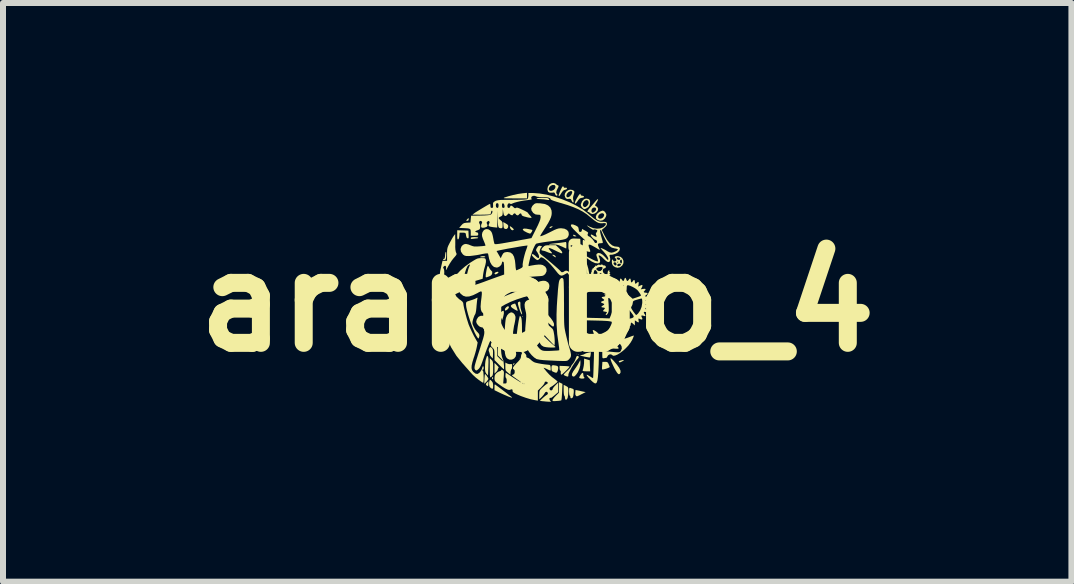
<source format=kicad_pcb>
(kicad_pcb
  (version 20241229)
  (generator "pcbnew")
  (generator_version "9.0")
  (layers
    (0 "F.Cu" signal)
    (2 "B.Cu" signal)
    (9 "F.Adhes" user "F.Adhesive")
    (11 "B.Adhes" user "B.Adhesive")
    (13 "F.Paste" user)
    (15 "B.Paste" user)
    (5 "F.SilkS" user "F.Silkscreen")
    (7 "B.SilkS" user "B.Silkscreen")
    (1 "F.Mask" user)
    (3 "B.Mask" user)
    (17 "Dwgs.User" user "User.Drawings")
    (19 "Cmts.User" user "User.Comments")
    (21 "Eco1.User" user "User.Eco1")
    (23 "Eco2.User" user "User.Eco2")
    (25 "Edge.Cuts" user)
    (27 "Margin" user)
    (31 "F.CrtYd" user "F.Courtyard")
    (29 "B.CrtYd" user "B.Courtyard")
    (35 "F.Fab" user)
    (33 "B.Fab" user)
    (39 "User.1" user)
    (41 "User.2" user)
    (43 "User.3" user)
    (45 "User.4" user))
  (footprint "ararobo_4"
    (layer "F.Cu")
    (at 5.907 1.988)
    (property "Reference" "ararobo_4" (at 0 0 0) (layer "F.SilkS") (effects (font (size 1.5 1.5) (thickness 0.3))))
    (attr board_only exclude_from_pos_files exclude_from_bom)
    (fp_poly (pts (xy -1.549 -0.752) (xy -1.554 -0.746) (xy -1.56 -0.752) (xy -1.554 -0.757)) (stroke (width 0) (type solid)) (fill yes) (layer "F.SilkS"))
    (fp_poly (pts (xy -0.283 0.933) (xy -0.288 0.938) (xy -0.294 0.933) (xy -0.288 0.927)) (stroke (width 0) (type solid)) (fill yes) (layer "F.SilkS"))
    (fp_poly (pts (xy 0.667 0.865) (xy 0.661 0.87) (xy 0.656 0.865) (xy 0.661 0.859)) (stroke (width 0) (type solid)) (fill yes) (layer "F.SilkS"))
    (fp_poly (pts (xy 0.69 0.876) (xy 0.684 0.882) (xy 0.678 0.876) (xy 0.684 0.87)) (stroke (width 0) (type solid)) (fill yes) (layer "F.SilkS"))
    (fp_poly (pts (xy 1.255 -0.333) (xy 1.249 -0.328) (xy 1.243 -0.333) (xy 1.249 -0.339)) (stroke (width 0) (type solid)) (fill yes) (layer "F.SilkS"))
    (fp_poly (pts (xy -0.241 0.23) (xy -0.24 0.243) (xy -0.241 0.245) (xy -0.248 0.243) (xy -0.249 0.237) (xy -0.245 0.228)) (stroke (width 0) (type solid)) (fill yes) (layer "F.SilkS"))
    (fp_poly (pts (xy -0.378 1.02) (xy -0.381 1.031) (xy -0.39 1.04) (xy -0.404 1.047) (xy -0.407 1.042) (xy -0.4 1.027) (xy -0.386 1.018)) (stroke (width 0) (type solid)) (fill yes) (layer "F.SilkS"))
    (fp_poly (pts (xy -0.735 1.263) (xy -0.735 1.264) (xy -0.738 1.285) (xy -0.746 1.285) (xy -0.752 1.276) (xy -0.752 1.259) (xy -0.747 1.251) (xy -0.738 1.247)) (stroke (width 0) (type solid)) (fill yes) (layer "F.SilkS"))
    (fp_poly (pts (xy 0.256 -1.259) (xy 0.244 -1.249) (xy 0.22 -1.235) (xy 0.207 -1.234) (xy 0.206 -1.246) (xy 0.22 -1.258) (xy 0.238 -1.264) (xy 0.257 -1.265)) (stroke (width 0) (type solid)) (fill yes) (layer "F.SilkS"))
    (fp_poly (pts (xy -1.142 -1.392) (xy -1.142 -1.379) (xy -1.149 -1.36) (xy -1.166 -1.356) (xy -1.183 -1.358) (xy -1.182 -1.365) (xy -1.17 -1.379) (xy -1.154 -1.396) (xy -1.146 -1.402)) (stroke (width 0) (type solid)) (fill yes) (layer "F.SilkS"))
    (fp_poly (pts (xy -0.814 1.36) (xy -0.817 1.391) (xy -0.827 1.401) (xy -0.844 1.389) (xy -0.848 1.384) (xy -0.856 1.369) (xy -0.848 1.353) (xy -0.838 1.342) (xy -0.814 1.318)) (stroke (width 0) (type solid)) (fill yes) (layer "F.SilkS"))
    (fp_poly (pts (xy -0.179 -0.354) (xy -0.175 -0.35) (xy -0.161 -0.334) (xy -0.158 -0.326) (xy -0.167 -0.318) (xy -0.175 -0.317) (xy -0.189 -0.326) (xy -0.192 -0.341) (xy -0.19 -0.357)) (stroke (width 0) (type solid)) (fill yes) (layer "F.SilkS"))
    (fp_poly (pts (xy 0.289 -0.782) (xy 0.303 -0.769) (xy 0.311 -0.751) (xy 0.303 -0.748) (xy 0.281 -0.761) (xy 0.271 -0.769) (xy 0.253 -0.784) (xy 0.253 -0.79) (xy 0.266 -0.791)) (stroke (width 0) (type solid)) (fill yes) (layer "F.SilkS"))
    (fp_poly (pts (xy 0.617 -1.122) (xy 0.625 -1.118) (xy 0.648 -1.105) (xy 0.653 -1.098) (xy 0.637 -1.097) (xy 0.629 -1.096) (xy 0.605 -1.102) (xy 0.599 -1.114) (xy 0.603 -1.125)) (stroke (width 0) (type solid)) (fill yes) (layer "F.SilkS"))
    (fp_poly (pts (xy -0.872 -0.763) (xy -0.865 -0.757) (xy -0.87 -0.75) (xy -0.895 -0.747) (xy -0.912 -0.746) (xy -0.944 -0.748) (xy -0.954 -0.752) (xy -0.95 -0.757) (xy -0.925 -0.766) (xy -0.895 -0.768)) (stroke (width 0) (type solid)) (fill yes) (layer "F.SilkS"))
    (fp_poly (pts (xy -0.646 -0.503) (xy -0.648 -0.492) (xy -0.663 -0.478) (xy -0.683 -0.467) (xy -0.697 -0.463) (xy -0.711 -0.472) (xy -0.712 -0.479) (xy -0.703 -0.492) (xy -0.681 -0.503) (xy -0.658 -0.507)) (stroke (width 0) (type solid)) (fill yes) (layer "F.SilkS"))
    (fp_poly (pts (xy -0.562 0.143) (xy -0.556 0.159) (xy -0.556 0.191) (xy -0.564 0.231) (xy -0.57 0.254) (xy -0.585 0.3) (xy -0.61 0.244) (xy -0.635 0.189) (xy -0.603 0.164) (xy -0.58 0.148) (xy -0.564 0.143)) (stroke (width 0) (type solid)) (fill yes) (layer "F.SilkS"))
    (fp_poly (pts (xy -0.672 1.052) (xy -0.651 1.074) (xy -0.642 1.09) (xy -0.644 1.094) (xy -0.654 1.108) (xy -0.656 1.118) (xy -0.663 1.139) (xy -0.682 1.163) (xy -0.684 1.164) (xy -0.712 1.191) (xy -0.712 1.102) (xy -0.712 1.013)) (stroke (width 0) (type solid)) (fill yes) (layer "F.SilkS"))
    (fp_poly (pts (xy -0.473 0.075) (xy -0.473 0.092) (xy -0.487 0.113) (xy -0.498 0.123) (xy -0.521 0.138) (xy -0.532 0.14) (xy -0.539 0.129) (xy -0.539 0.129) (xy -0.536 0.11) (xy -0.52 0.088) (xy -0.499 0.072) (xy -0.486 0.068)) (stroke (width 0) (type solid)) (fill yes) (layer "F.SilkS"))
    (fp_poly (pts (xy -0.44 -1.26) (xy -0.419 -1.244) (xy -0.4 -1.226) (xy -0.39 -1.212) (xy -0.391 -1.209) (xy -0.407 -1.198) (xy -0.428 -1.204) (xy -0.446 -1.225) (xy -0.449 -1.232) (xy -0.456 -1.255) (xy -0.456 -1.266) (xy -0.456 -1.266)) (stroke (width 0) (type solid)) (fill yes) (layer "F.SilkS"))
    (fp_poly (pts (xy -0.242 -0.374) (xy -0.238 -0.349) (xy -0.237 -0.333) (xy -0.24 -0.303) (xy -0.245 -0.285) (xy -0.249 -0.283) (xy -0.255 -0.293) (xy -0.259 -0.318) (xy -0.26 -0.333) (xy -0.258 -0.364) (xy -0.252 -0.382) (xy -0.249 -0.384)) (stroke (width 0) (type solid)) (fill yes) (layer "F.SilkS"))
    (fp_poly (pts (xy 1.445 0.969) (xy 1.428 0.981) (xy 1.414 0.989) (xy 1.387 1.002) (xy 1.373 1.005) (xy 1.365 0.999) (xy 1.362 0.995) (xy 1.36 0.986) (xy 1.37 0.979) (xy 1.396 0.972) (xy 1.416 0.967) (xy 1.441 0.964)) (stroke (width 0) (type solid)) (fill yes) (layer "F.SilkS"))
    (fp_poly (pts (xy -0.534 -1.318) (xy -0.498 -1.296) (xy -0.483 -1.275) (xy -0.485 -1.251) (xy -0.489 -1.242) (xy -0.505 -1.222) (xy -0.527 -1.22) (xy -0.531 -1.221) (xy -0.549 -1.228) (xy -0.558 -1.243) (xy -0.562 -1.272) (xy -0.563 -1.281) (xy -0.566 -1.335)) (stroke (width 0) (type solid)) (fill yes) (layer "F.SilkS"))
    (fp_poly (pts (xy 0.723 1.482) (xy 0.808 1.5) (xy 0.738 1.535) (xy 0.7 1.555) (xy 0.677 1.565) (xy 0.665 1.569) (xy 0.656 1.568) (xy 0.647 1.562) (xy 0.646 1.561) (xy 0.636 1.543) (xy 0.635 1.508) (xy 0.635 1.508) (xy 0.639 1.464)) (stroke (width 0) (type solid)) (fill yes) (layer "F.SilkS"))
    (fp_poly (pts (xy 1.302 0.518) (xy 1.324 0.54) (xy 1.344 0.569) (xy 1.354 0.595) (xy 1.354 0.603) (xy 1.344 0.626) (xy 1.326 0.63) (xy 1.304 0.616) (xy 1.289 0.597) (xy 1.273 0.563) (xy 1.267 0.533) (xy 1.272 0.513) (xy 1.282 0.509)) (stroke (width 0) (type solid)) (fill yes) (layer "F.SilkS"))
    (fp_poly (pts (xy -1.012 -1.083) (xy -0.989 -1.079) (xy -0.983 -1.074) (xy -0.993 -1.065) (xy -1.01 -1.063) (xy -1.041 -1.06) (xy -1.072 -1.056) (xy -1.098 -1.053) (xy -1.107 -1.06) (xy -1.108 -1.067) (xy -1.103 -1.078) (xy -1.087 -1.083) (xy -1.053 -1.085) (xy -1.046 -1.085)) (stroke (width 0) (type solid)) (fill yes) (layer "F.SilkS"))
    (fp_poly (pts (xy -0.858 1.207) (xy -0.842 1.228) (xy -0.825 1.253) (xy -0.815 1.274) (xy -0.814 1.28) (xy -0.822 1.297) (xy -0.841 1.321) (xy -0.848 1.329) (xy -0.883 1.362) (xy -0.88 1.28) (xy -0.877 1.24) (xy -0.874 1.211) (xy -0.87 1.198) (xy -0.87 1.198)) (stroke (width 0) (type solid)) (fill yes) (layer "F.SilkS"))
    (fp_poly (pts (xy -0.08 -0.382) (xy -0.06 -0.376) (xy -0.061 -0.366) (xy -0.085 -0.354) (xy -0.092 -0.352) (xy -0.122 -0.342) (xy -0.14 -0.341) (xy -0.154 -0.351) (xy -0.164 -0.362) (xy -0.174 -0.375) (xy -0.174 -0.381) (xy -0.158 -0.384) (xy -0.124 -0.384) (xy -0.12 -0.384)) (stroke (width 0) (type solid)) (fill yes) (layer "F.SilkS"))
    (fp_poly (pts (xy 1.427 0.439) (xy 1.451 0.462) (xy 1.471 0.49) (xy 1.479 0.517) (xy 1.479 0.521) (xy 1.468 0.545) (xy 1.448 0.551) (xy 1.427 0.538) (xy 1.42 0.529) (xy 1.404 0.497) (xy 1.395 0.466) (xy 1.394 0.442) (xy 1.402 0.43) (xy 1.404 0.43)) (stroke (width 0) (type solid)) (fill yes) (layer "F.SilkS"))
    (fp_poly (pts (xy 0.767 1.189) (xy 0.769 1.209) (xy 0.772 1.235) (xy 0.78 1.249) (xy 0.79 1.261) (xy 0.782 1.27) (xy 0.762 1.275) (xy 0.737 1.275) (xy 0.711 1.268) (xy 0.701 1.261) (xy 0.702 1.249) (xy 0.715 1.225) (xy 0.719 1.218) (xy 0.742 1.187) (xy 0.758 1.177)) (stroke (width 0) (type solid)) (fill yes) (layer "F.SilkS"))
    (fp_poly (pts (xy 0.829 0.955) (xy 0.876 0.969) (xy 0.879 1.061) (xy 0.883 1.153) (xy 0.82 1.153) (xy 0.786 1.152) (xy 0.763 1.148) (xy 0.757 1.144) (xy 0.76 1.129) (xy 0.768 1.101) (xy 0.769 1.096) (xy 0.776 1.061) (xy 0.781 1.017) (xy 0.781 0.999) (xy 0.782 0.941)) (stroke (width 0) (type solid)) (fill yes) (layer "F.SilkS"))
    (fp_poly (pts (xy -0.777 1.299) (xy -0.762 1.313) (xy -0.744 1.336) (xy -0.736 1.365) (xy -0.735 1.392) (xy -0.736 1.428) (xy -0.743 1.444) (xy -0.757 1.442) (xy -0.777 1.429) (xy -0.796 1.408) (xy -0.802 1.375) (xy -0.803 1.368) (xy -0.801 1.335) (xy -0.796 1.309) (xy -0.795 1.306) (xy -0.789 1.295)) (stroke (width 0) (type solid)) (fill yes) (layer "F.SilkS"))
    (fp_poly (pts (xy -0.659 -0.263) (xy -0.65 -0.247) (xy -0.645 -0.212) (xy -0.644 -0.17) (xy -0.647 -0.127) (xy -0.656 -0.102) (xy -0.675 -0.091) (xy -0.685 -0.09) (xy -0.687 -0.101) (xy -0.689 -0.128) (xy -0.69 -0.167) (xy -0.69 -0.174) (xy -0.688 -0.221) (xy -0.684 -0.25) (xy -0.676 -0.263) (xy -0.674 -0.264)) (stroke (width 0) (type solid)) (fill yes) (layer "F.SilkS"))
    (fp_poly (pts (xy -0.754 0.766) (xy -0.753 0.767) (xy -0.742 0.786) (xy -0.737 0.813) (xy -0.737 0.855) (xy -0.737 0.864) (xy -0.74 0.94) (xy -0.766 0.913) (xy -0.784 0.889) (xy -0.791 0.867) (xy -0.791 0.867) (xy -0.797 0.841) (xy -0.803 0.828) (xy -0.81 0.801) (xy -0.804 0.777) (xy -0.79 0.752) (xy -0.775 0.749)) (stroke (width 0) (type solid)) (fill yes) (layer "F.SilkS"))
    (fp_poly (pts (xy -0.368 0.024) (xy -0.36 0.038) (xy -0.35 0.063) (xy -0.339 0.094) (xy -0.33 0.122) (xy -0.326 0.142) (xy -0.326 0.146) (xy -0.34 0.141) (xy -0.365 0.128) (xy -0.373 0.124) (xy -0.416 0.097) (xy -0.438 0.075) (xy -0.439 0.056) (xy -0.419 0.039) (xy -0.407 0.034) (xy -0.382 0.025) (xy -0.368 0.024)) (stroke (width 0) (type solid)) (fill yes) (layer "F.SilkS"))
    (fp_poly (pts (xy -0.315 -0.369) (xy -0.307 -0.346) (xy -0.305 -0.312) (xy -0.307 -0.275) (xy -0.313 -0.252) (xy -0.327 -0.237) (xy -0.333 -0.233) (xy -0.355 -0.22) (xy -0.366 -0.215) (xy -0.369 -0.225) (xy -0.373 -0.252) (xy -0.375 -0.284) (xy -0.376 -0.324) (xy -0.372 -0.348) (xy -0.363 -0.36) (xy -0.36 -0.363) (xy -0.332 -0.374)) (stroke (width 0) (type solid)) (fill yes) (layer "F.SilkS"))
    (fp_poly (pts (xy -0.18 -1.225) (xy -0.148 -1.219) (xy -0.113 -1.212) (xy -0.089 -1.206) (xy -0.082 -1.203) (xy -0.082 -1.192) (xy -0.091 -1.172) (xy -0.105 -1.153) (xy -0.116 -1.143) (xy -0.118 -1.142) (xy -0.135 -1.147) (xy -0.164 -1.158) (xy -0.175 -1.163) (xy -0.218 -1.186) (xy -0.239 -1.205) (xy -0.239 -1.219) (xy -0.219 -1.227)) (stroke (width 0) (type solid)) (fill yes) (layer "F.SilkS"))
    (fp_poly (pts (xy -0.17 -1.776) (xy -0.17 -1.73) (xy -0.376 -1.73) (xy -0.448 -1.731) (xy -0.5 -1.731) (xy -0.534 -1.732) (xy -0.553 -1.734) (xy -0.558 -1.737) (xy -0.552 -1.742) (xy -0.538 -1.748) (xy -0.537 -1.748) (xy -0.474 -1.768) (xy -0.399 -1.787) (xy -0.322 -1.804) (xy -0.252 -1.814) (xy -0.246 -1.815) (xy -0.17 -1.823)) (stroke (width 0) (type solid)) (fill yes) (layer "F.SilkS"))
    (fp_poly (pts (xy 0.721 1.003) (xy 0.718 1.054) (xy 0.703 1.111) (xy 0.679 1.166) (xy 0.655 1.201) (xy 0.632 1.227) (xy 0.617 1.239) (xy 0.603 1.24) (xy 0.591 1.236) (xy 0.578 1.22) (xy 0.581 1.192) (xy 0.601 1.153) (xy 0.62 1.126) (xy 0.649 1.085) (xy 0.677 1.042) (xy 0.691 1.017) (xy 0.718 0.966)) (stroke (width 0) (type solid)) (fill yes) (layer "F.SilkS"))
    (fp_poly (pts (xy -1.517 -0.822) (xy -1.517 -0.784) (xy -1.517 -0.78) (xy -1.52 -0.74) (xy -1.524 -0.717) (xy -1.532 -0.707) (xy -1.546 -0.703) (xy -1.565 -0.705) (xy -1.571 -0.711) (xy -1.562 -0.722) (xy -1.554 -0.723) (xy -1.543 -0.731) (xy -1.538 -0.754) (xy -1.537 -0.771) (xy -1.534 -0.806) (xy -1.528 -0.832) (xy -1.526 -0.836) (xy -1.52 -0.839)) (stroke (width 0) (type solid)) (fill yes) (layer "F.SilkS"))
    (fp_poly (pts (xy -0.416 -0.274) (xy -0.415 -0.234) (xy -0.417 -0.211) (xy -0.425 -0.197) (xy -0.44 -0.187) (xy -0.443 -0.185) (xy -0.473 -0.172) (xy -0.49 -0.174) (xy -0.499 -0.192) (xy -0.502 -0.205) (xy -0.507 -0.242) (xy -0.509 -0.281) (xy -0.509 -0.283) (xy -0.507 -0.31) (xy -0.497 -0.325) (xy -0.473 -0.334) (xy -0.464 -0.336) (xy -0.42 -0.348)) (stroke (width 0) (type solid)) (fill yes) (layer "F.SilkS"))
    (fp_poly (pts (xy -0.283 -0.003) (xy -0.28 0.024) (xy -0.281 0.04) (xy -0.278 0.095) (xy -0.266 0.142) (xy -0.255 0.176) (xy -0.251 0.199) (xy -0.254 0.206) (xy -0.263 0.197) (xy -0.273 0.179) (xy -0.286 0.147) (xy -0.301 0.104) (xy -0.31 0.075) (xy -0.32 0.036) (xy -0.323 0.014) (xy -0.318 0.002) (xy -0.314 -0.001) (xy -0.294 -0.011)) (stroke (width 0) (type solid)) (fill yes) (layer "F.SilkS"))
    (fp_poly (pts (xy 0.135 -1.74) (xy 0.169 -1.736) (xy 0.188 -1.728) (xy 0.192 -1.724) (xy 0.202 -1.709) (xy 0.197 -1.703) (xy 0.175 -1.704) (xy 0.153 -1.708) (xy 0.113 -1.714) (xy 0.066 -1.717) (xy 0.048 -1.718) (xy 0.015 -1.72) (xy -0.007 -1.725) (xy -0.011 -1.73) (xy -0.001 -1.735) (xy 0.028 -1.739) (xy 0.072 -1.741) (xy 0.083 -1.741)) (stroke (width 0) (type solid)) (fill yes) (layer "F.SilkS"))
    (fp_poly (pts (xy 0.302 1.056) (xy 0.315 1.058) (xy 0.34 1.067) (xy 0.349 1.083) (xy 0.35 1.101) (xy 0.345 1.134) (xy 0.336 1.159) (xy 0.325 1.174) (xy 0.312 1.177) (xy 0.289 1.17) (xy 0.28 1.166) (xy 0.253 1.154) (xy 0.241 1.14) (xy 0.238 1.115) (xy 0.237 1.101) (xy 0.239 1.071) (xy 0.247 1.055) (xy 0.267 1.051)) (stroke (width 0) (type solid)) (fill yes) (layer "F.SilkS"))
    (fp_poly (pts (xy 0.891 0.877) (xy 0.886 0.905) (xy 0.878 0.921) (xy 0.876 0.922) (xy 0.86 0.921) (xy 0.829 0.916) (xy 0.792 0.909) (xy 0.745 0.898) (xy 0.719 0.889) (xy 0.715 0.884) (xy 0.732 0.882) (xy 0.736 0.882) (xy 0.768 0.875) (xy 0.787 0.866) (xy 0.813 0.853) (xy 0.848 0.843) (xy 0.852 0.842) (xy 0.895 0.834)) (stroke (width 0) (type solid)) (fill yes) (layer "F.SilkS"))
    (fp_poly (pts (xy 1.161 0.997) (xy 1.178 1.008) (xy 1.192 1.034) (xy 1.192 1.036) (xy 1.203 1.063) (xy 1.209 1.079) (xy 1.21 1.081) (xy 1.2 1.089) (xy 1.176 1.1) (xy 1.144 1.111) (xy 1.113 1.119) (xy 1.09 1.123) (xy 1.082 1.121) (xy 1.08 1.106) (xy 1.081 1.077) (xy 1.083 1.054) (xy 1.087 0.995) (xy 1.131 0.995)) (stroke (width 0) (type solid)) (fill yes) (layer "F.SilkS"))
    (fp_poly (pts (xy -0.556 -0.3) (xy -0.553 -0.287) (xy -0.549 -0.259) (xy -0.546 -0.225) (xy -0.543 -0.185) (xy -0.545 -0.161) (xy -0.553 -0.146) (xy -0.56 -0.14) (xy -0.582 -0.126) (xy -0.594 -0.131) (xy -0.602 -0.155) (xy -0.603 -0.16) (xy -0.608 -0.195) (xy -0.61 -0.236) (xy -0.61 -0.243) (xy -0.608 -0.275) (xy -0.6 -0.291) (xy -0.585 -0.298) (xy -0.564 -0.301)) (stroke (width 0) (type solid)) (fill yes) (layer "F.SilkS"))
    (fp_poly (pts (xy -0.763 0.961) (xy -0.75 0.974) (xy -0.742 0.989) (xy -0.737 1.011) (xy -0.735 1.044) (xy -0.735 1.094) (xy -0.735 1.102) (xy -0.735 1.157) (xy -0.738 1.193) (xy -0.742 1.216) (xy -0.75 1.231) (xy -0.755 1.236) (xy -0.774 1.25) (xy -0.784 1.255) (xy -0.786 1.244) (xy -0.789 1.215) (xy -0.79 1.171) (xy -0.791 1.117) (xy -0.791 1.095) (xy -0.791 0.934)) (stroke (width 0) (type solid)) (fill yes) (layer "F.SilkS"))
    (fp_poly (pts (xy -0.501 1.023) (xy -0.47 1.033) (xy -0.444 1.033) (xy -0.428 1.031) (xy -0.42 1.039) (xy -0.418 1.064) (xy -0.418 1.073) (xy -0.421 1.101) (xy -0.426 1.118) (xy -0.429 1.119) (xy -0.436 1.129) (xy -0.442 1.154) (xy -0.443 1.165) (xy -0.447 1.21) (xy -0.489 1.175) (xy -0.513 1.154) (xy -0.526 1.135) (xy -0.53 1.109) (xy -0.531 1.074) (xy -0.531 1.007)) (stroke (width 0) (type solid)) (fill yes) (layer "F.SilkS"))
    (fp_poly (pts (xy 0.458 1.065) (xy 0.498 1.067) (xy 0.527 1.071) (xy 0.54 1.075) (xy 0.54 1.076) (xy 0.529 1.091) (xy 0.507 1.115) (xy 0.479 1.144) (xy 0.45 1.172) (xy 0.424 1.195) (xy 0.406 1.208) (xy 0.403 1.21) (xy 0.393 1.2) (xy 0.393 1.176) (xy 0.393 1.151) (xy 0.386 1.142) (xy 0.377 1.132) (xy 0.373 1.107) (xy 0.373 1.102) (xy 0.373 1.062)) (stroke (width 0) (type solid)) (fill yes) (layer "F.SilkS"))
    (fp_poly (pts (xy 1.241 0.944) (xy 1.267 0.97) (xy 1.274 0.978) (xy 1.33 1.043) (xy 1.368 1.096) (xy 1.388 1.139) (xy 1.39 1.172) (xy 1.376 1.196) (xy 1.374 1.197) (xy 1.361 1.202) (xy 1.346 1.193) (xy 1.329 1.173) (xy 1.31 1.143) (xy 1.287 1.102) (xy 1.265 1.056) (xy 1.244 1.011) (xy 1.229 0.972) (xy 1.222 0.946) (xy 1.221 0.942) (xy 1.226 0.935)) (stroke (width 0) (type solid)) (fill yes) (layer "F.SilkS"))
    (fp_poly (pts (xy -0.824 0.903) (xy -0.822 0.905) (xy -0.816 0.92) (xy -0.813 0.95) (xy -0.812 0.997) (xy -0.814 1.063) (xy -0.814 1.072) (xy -0.82 1.223) (xy -0.845 1.196) (xy -0.858 1.178) (xy -0.866 1.156) (xy -0.87 1.125) (xy -0.87 1.083) (xy -0.869 1.036) (xy -0.864 0.991) (xy -0.858 0.96) (xy -0.858 0.96) (xy -0.848 0.929) (xy -0.841 0.906) (xy -0.841 0.905) (xy -0.835 0.895)) (stroke (width 0) (type solid)) (fill yes) (layer "F.SilkS"))
    (fp_poly (pts (xy -0.816 -0.6) (xy -0.804 -0.581) (xy -0.803 -0.577) (xy -0.786 -0.547) (xy -0.766 -0.526) (xy -0.75 -0.508) (xy -0.75 -0.481) (xy -0.751 -0.478) (xy -0.761 -0.455) (xy -0.782 -0.438) (xy -0.809 -0.427) (xy -0.839 -0.416) (xy -0.854 -0.414) (xy -0.859 -0.421) (xy -0.859 -0.434) (xy -0.857 -0.463) (xy -0.851 -0.501) (xy -0.844 -0.541) (xy -0.836 -0.576) (xy -0.828 -0.599) (xy -0.826 -0.603)) (stroke (width 0) (type solid)) (fill yes) (layer "F.SilkS"))
    (fp_poly (pts (xy -0.698 1.375) (xy -0.691 1.381) (xy -0.65 1.411) (xy -0.604 1.446) (xy -0.556 1.482) (xy -0.511 1.516) (xy -0.472 1.547) (xy -0.442 1.569) (xy -0.426 1.582) (xy -0.424 1.584) (xy -0.419 1.592) (xy -0.431 1.591) (xy -0.461 1.581) (xy -0.497 1.567) (xy -0.541 1.548) (xy -0.593 1.525) (xy -0.636 1.505) (xy -0.712 1.468) (xy -0.712 1.417) (xy -0.711 1.386) (xy -0.708 1.373)) (stroke (width 0) (type solid)) (fill yes) (layer "F.SilkS"))
    (fp_poly (pts (xy 0.392 1.348) (xy 0.421 1.362) (xy 0.415 1.496) (xy 0.412 1.548) (xy 0.409 1.593) (xy 0.405 1.624) (xy 0.402 1.637) (xy 0.388 1.641) (xy 0.358 1.645) (xy 0.322 1.648) (xy 0.284 1.65) (xy 0.263 1.649) (xy 0.255 1.643) (xy 0.256 1.632) (xy 0.256 1.63) (xy 0.267 1.611) (xy 0.289 1.583) (xy 0.312 1.559) (xy 0.362 1.51) (xy 0.362 1.422) (xy 0.362 1.334)) (stroke (width 0) (type solid)) (fill yes) (layer "F.SilkS"))
    (fp_poly (pts (xy 0.48 1.398) (xy 0.502 1.41) (xy 0.514 1.422) (xy 0.518 1.442) (xy 0.519 1.476) (xy 0.519 1.486) (xy 0.515 1.549) (xy 0.508 1.593) (xy 0.496 1.618) (xy 0.483 1.626) (xy 0.469 1.623) (xy 0.464 1.605) (xy 0.463 1.595) (xy 0.46 1.571) (xy 0.453 1.56) (xy 0.452 1.56) (xy 0.447 1.549) (xy 0.443 1.521) (xy 0.441 1.478) (xy 0.441 1.47) (xy 0.441 1.379)) (stroke (width 0) (type solid)) (fill yes) (layer "F.SilkS"))
    (fp_poly (pts (xy 0.551 1.43) (xy 0.58 1.44) (xy 0.592 1.444) (xy 0.604 1.451) (xy 0.609 1.465) (xy 0.61 1.492) (xy 0.608 1.517) (xy 0.602 1.561) (xy 0.593 1.588) (xy 0.587 1.595) (xy 0.565 1.604) (xy 0.555 1.596) (xy 0.554 1.583) (xy 0.549 1.564) (xy 0.543 1.56) (xy 0.537 1.55) (xy 0.533 1.523) (xy 0.531 1.491) (xy 0.532 1.453) (xy 0.535 1.434) (xy 0.542 1.428)) (stroke (width 0) (type solid)) (fill yes) (layer "F.SilkS"))
    (fp_poly (pts (xy 0.635 0.558) (xy 0.699 0.59) (xy 0.76 0.618) (xy 0.829 0.645) (xy 0.876 0.662) (xy 0.887 0.67) (xy 0.88 0.676) (xy 0.858 0.681) (xy 0.824 0.685) (xy 0.783 0.686) (xy 0.738 0.685) (xy 0.694 0.682) (xy 0.665 0.678) (xy 0.625 0.669) (xy 0.589 0.658) (xy 0.58 0.654) (xy 0.562 0.643) (xy 0.552 0.627) (xy 0.547 0.601) (xy 0.545 0.574) (xy 0.541 0.509)) (stroke (width 0) (type solid)) (fill yes) (layer "F.SilkS"))
    (fp_poly (pts (xy 0.09 0.099) (xy 0.09 0.101) (xy 0.098 0.113) (xy 0.117 0.138) (xy 0.145 0.172) (xy 0.18 0.213) (xy 0.181 0.214) (xy 0.229 0.271) (xy 0.261 0.317) (xy 0.278 0.353) (xy 0.281 0.382) (xy 0.275 0.401) (xy 0.268 0.406) (xy 0.256 0.404) (xy 0.236 0.39) (xy 0.206 0.364) (xy 0.167 0.328) (xy 0.069 0.237) (xy 0.071 0.164) (xy 0.074 0.126) (xy 0.078 0.1) (xy 0.082 0.091)) (stroke (width 0) (type solid)) (fill yes) (layer "F.SilkS"))
    (fp_poly (pts (xy 0.44 -1.924) (xy 0.441 -1.918) (xy 0.45 -1.907) (xy 0.469 -1.908) (xy 0.491 -1.908) (xy 0.497 -1.895) (xy 0.487 -1.881) (xy 0.467 -1.874) (xy 0.447 -1.869) (xy 0.428 -1.854) (xy 0.407 -1.826) (xy 0.38 -1.783) (xy 0.378 -1.78) (xy 0.365 -1.767) (xy 0.358 -1.771) (xy 0.359 -1.787) (xy 0.368 -1.815) (xy 0.381 -1.85) (xy 0.398 -1.885) (xy 0.413 -1.915) (xy 0.426 -1.931) (xy 0.43 -1.933)) (stroke (width 0) (type solid)) (fill yes) (layer "F.SilkS"))
    (fp_poly (pts (xy 0.723 -1.793) (xy 0.723 -1.792) (xy 0.733 -1.778) (xy 0.752 -1.775) (xy 0.774 -1.769) (xy 0.78 -1.758) (xy 0.77 -1.744) (xy 0.747 -1.741) (xy 0.712 -1.731) (xy 0.693 -1.712) (xy 0.666 -1.674) (xy 0.648 -1.652) (xy 0.638 -1.644) (xy 0.631 -1.645) (xy 0.628 -1.649) (xy 0.629 -1.665) (xy 0.641 -1.695) (xy 0.662 -1.733) (xy 0.663 -1.735) (xy 0.69 -1.779) (xy 0.709 -1.802) (xy 0.72 -1.807)) (stroke (width 0) (type solid)) (fill yes) (layer "F.SilkS"))
    (fp_poly (pts (xy -1.241 -1.196) (xy -1.147 -1.193) (xy -1.144 -1.127) (xy -1.143 -1.09) (xy -1.145 -1.07) (xy -1.152 -1.064) (xy -1.161 -1.065) (xy -1.177 -1.076) (xy -1.186 -1.107) (xy -1.187 -1.114) (xy -1.191 -1.141) (xy -1.2 -1.154) (xy -1.22 -1.158) (xy -1.243 -1.159) (xy -1.294 -1.159) (xy -1.298 -1.106) (xy -1.304 -1.068) (xy -1.315 -1.048) (xy -1.317 -1.047) (xy -1.326 -1.048) (xy -1.331 -1.06) (xy -1.334 -1.089) (xy -1.334 -1.12) (xy -1.334 -1.199)) (stroke (width 0) (type solid)) (fill yes) (layer "F.SilkS"))
    (fp_poly (pts (xy 0.483 -0.997) (xy 0.486 -0.977) (xy 0.486 -0.951) (xy 0.486 -0.918) (xy 0.484 -0.898) (xy 0.483 -0.894) (xy 0.472 -0.899) (xy 0.446 -0.911) (xy 0.411 -0.928) (xy 0.407 -0.929) (xy 0.36 -0.949) (xy 0.322 -0.959) (xy 0.279 -0.962) (xy 0.26 -0.962) (xy 0.218 -0.961) (xy 0.197 -0.963) (xy 0.197 -0.966) (xy 0.216 -0.971) (xy 0.253 -0.976) (xy 0.308 -0.982) (xy 0.317 -0.983) (xy 0.369 -0.988) (xy 0.415 -0.994) (xy 0.448 -0.999) (xy 0.461 -1.001) (xy 0.476 -1.004)) (stroke (width 0) (type solid)) (fill yes) (layer "F.SilkS"))
    (fp_poly (pts (xy 0.027 0.482) (xy 0.048 0.502) (xy 0.078 0.532) (xy 0.112 0.567) (xy 0.154 0.609) (xy 0.196 0.65) (xy 0.233 0.684) (xy 0.253 0.701) (xy 0.281 0.724) (xy 0.3 0.742) (xy 0.305 0.749) (xy 0.295 0.754) (xy 0.269 0.757) (xy 0.232 0.757) (xy 0.191 0.755) (xy 0.151 0.751) (xy 0.119 0.745) (xy 0.105 0.741) (xy 0.074 0.722) (xy 0.052 0.695) (xy 0.037 0.655) (xy 0.027 0.598) (xy 0.024 0.575) (xy 0.02 0.532) (xy 0.018 0.498) (xy 0.018 0.478) (xy 0.018 0.476)) (stroke (width 0) (type solid)) (fill yes) (layer "F.SilkS"))
    (fp_poly (pts (xy -0.281 0.234) (xy -0.269 0.251) (xy -0.263 0.27) (xy -0.258 0.305) (xy -0.255 0.358) (xy -0.254 0.43) (xy -0.254 0.458) (xy -0.252 0.568) (xy -0.246 0.657) (xy -0.236 0.726) (xy -0.236 0.726) (xy -0.228 0.767) (xy -0.222 0.798) (xy -0.22 0.813) (xy -0.22 0.814) (xy -0.228 0.806) (xy -0.248 0.787) (xy -0.276 0.759) (xy -0.283 0.751) (xy -0.345 0.688) (xy -0.342 0.574) (xy -0.34 0.532) (xy -0.334 0.479) (xy -0.327 0.422) (xy -0.318 0.364) (xy -0.309 0.311) (xy -0.3 0.267) (xy -0.292 0.237) (xy -0.288 0.228)) (stroke (width 0) (type solid)) (fill yes) (layer "F.SilkS"))
    (fp_poly (pts (xy 0.08 0.292) (xy 0.114 0.32) (xy 0.126 0.331) (xy 0.165 0.365) (xy 0.202 0.397) (xy 0.231 0.423) (xy 0.235 0.426) (xy 0.254 0.444) (xy 0.266 0.464) (xy 0.274 0.492) (xy 0.281 0.533) (xy 0.284 0.549) (xy 0.289 0.598) (xy 0.292 0.645) (xy 0.292 0.679) (xy 0.292 0.683) (xy 0.288 0.725) (xy 0.185 0.617) (xy 0.13 0.558) (xy 0.088 0.512) (xy 0.059 0.476) (xy 0.041 0.446) (xy 0.031 0.42) (xy 0.027 0.394) (xy 0.029 0.365) (xy 0.029 0.359) (xy 0.036 0.314) (xy 0.044 0.288) (xy 0.057 0.281)) (stroke (width 0) (type solid)) (fill yes) (layer "F.SilkS"))
    (fp_poly (pts (xy -0.659 0.236) (xy -0.646 0.26) (xy -0.632 0.292) (xy -0.618 0.325) (xy -0.608 0.353) (xy -0.605 0.367) (xy -0.603 0.383) (xy -0.6 0.416) (xy -0.596 0.459) (xy -0.595 0.476) (xy -0.591 0.531) (xy -0.592 0.571) (xy -0.596 0.593) (xy -0.596 0.593) (xy -0.604 0.603) (xy -0.614 0.598) (xy -0.63 0.576) (xy -0.634 0.57) (xy -0.648 0.542) (xy -0.656 0.514) (xy -0.658 0.477) (xy -0.657 0.447) (xy -0.657 0.396) (xy -0.663 0.357) (xy -0.677 0.319) (xy -0.679 0.315) (xy -0.693 0.281) (xy -0.697 0.26) (xy -0.691 0.245) (xy -0.69 0.243) (xy -0.674 0.229) (xy -0.667 0.226)) (stroke (width 0) (type solid)) (fill yes) (layer "F.SilkS"))
    (fp_poly (pts (xy 0.646 -1.06) (xy 0.718 -1.057) (xy 0.721 -0.969) (xy 0.722 -0.924) (xy 0.72 -0.897) (xy 0.715 -0.884) (xy 0.708 -0.882) (xy 0.691 -0.875) (xy 0.687 -0.87) (xy 0.678 -0.87) (xy 0.658 -0.884) (xy 0.635 -0.904) (xy 0.6 -0.934) (xy 0.574 -0.949) (xy 0.559 -0.949) (xy 0.558 -0.934) (xy 0.571 -0.904) (xy 0.587 -0.871) (xy 0.586 -0.854) (xy 0.57 -0.852) (xy 0.545 -0.859) (xy 0.531 -0.868) (xy 0.524 -0.882) (xy 0.521 -0.907) (xy 0.52 -0.942) (xy 0.521 -0.984) (xy 0.527 -1.01) (xy 0.538 -1.03) (xy 0.547 -1.039) (xy 0.565 -1.053) (xy 0.587 -1.06) (xy 0.62 -1.061)) (stroke (width 0) (type solid)) (fill yes) (layer "F.SilkS"))
    (fp_poly (pts (xy 1.117 -1.517) (xy 1.137 -1.494) (xy 1.151 -1.467) (xy 1.153 -1.453) (xy 1.146 -1.427) (xy 1.128 -1.397) (xy 1.124 -1.391) (xy 1.089 -1.364) (xy 1.049 -1.358) (xy 1.009 -1.37) (xy 0.983 -1.392) (xy 0.979 -1.416) (xy 1.015 -1.416) (xy 1.027 -1.398) (xy 1.048 -1.391) (xy 1.073 -1.396) (xy 1.097 -1.412) (xy 1.107 -1.426) (xy 1.117 -1.451) (xy 1.113 -1.468) (xy 1.109 -1.473) (xy 1.088 -1.483) (xy 1.061 -1.479) (xy 1.034 -1.462) (xy 1.02 -1.442) (xy 1.015 -1.416) (xy 0.979 -1.416) (xy 0.977 -1.424) (xy 0.989 -1.459) (xy 1.013 -1.487) (xy 1.048 -1.511) (xy 1.084 -1.525) (xy 1.096 -1.526)) (stroke (width 0) (type solid)) (fill yes) (layer "F.SilkS"))
    (fp_poly (pts (xy 0.688 0.903) (xy 0.695 0.913) (xy 0.688 0.929) (xy 0.679 0.94) (xy 0.649 0.976) (xy 0.617 1.021) (xy 0.586 1.07) (xy 0.558 1.119) (xy 0.536 1.162) (xy 0.522 1.195) (xy 0.52 1.207) (xy 0.519 1.232) (xy 0.511 1.241) (xy 0.491 1.237) (xy 0.472 1.23) (xy 0.45 1.219) (xy 0.441 1.21) (xy 0.449 1.198) (xy 0.469 1.176) (xy 0.498 1.148) (xy 0.503 1.144) (xy 0.533 1.114) (xy 0.555 1.089) (xy 0.565 1.072) (xy 0.565 1.071) (xy 0.573 1.053) (xy 0.591 1.031) (xy 0.593 1.029) (xy 0.613 1.002) (xy 0.633 0.965) (xy 0.639 0.948) (xy 0.652 0.913) (xy 0.662 0.897) (xy 0.674 0.896)) (stroke (width 0) (type solid)) (fill yes) (layer "F.SilkS"))
    (fp_poly (pts (xy 0.854 -1.72) (xy 0.854 -1.72) (xy 0.874 -1.705) (xy 0.881 -1.681) (xy 0.882 -1.667) (xy 0.875 -1.619) (xy 0.854 -1.585) (xy 0.825 -1.566) (xy 0.798 -1.553) (xy 0.781 -1.551) (xy 0.764 -1.563) (xy 0.75 -1.577) (xy 0.73 -1.604) (xy 0.729 -1.617) (xy 0.761 -1.617) (xy 0.769 -1.599) (xy 0.788 -1.585) (xy 0.808 -1.588) (xy 0.833 -1.607) (xy 0.854 -1.638) (xy 0.858 -1.669) (xy 0.843 -1.695) (xy 0.842 -1.696) (xy 0.82 -1.702) (xy 0.797 -1.692) (xy 0.776 -1.671) (xy 0.763 -1.644) (xy 0.761 -1.617) (xy 0.729 -1.617) (xy 0.727 -1.629) (xy 0.729 -1.635) (xy 0.748 -1.683) (xy 0.778 -1.714) (xy 0.814 -1.727)) (stroke (width 0) (type solid)) (fill yes) (layer "F.SilkS"))
    (fp_poly (pts (xy 0.365 -0.898) (xy 0.397 -0.864) (xy 0.415 -0.837) (xy 0.418 -0.819) (xy 0.407 -0.814) (xy 0.392 -0.819) (xy 0.362 -0.832) (xy 0.323 -0.85) (xy 0.305 -0.859) (xy 0.25 -0.886) (xy 0.214 -0.9) (xy 0.195 -0.903) (xy 0.192 -0.894) (xy 0.205 -0.873) (xy 0.22 -0.855) (xy 0.239 -0.833) (xy 0.248 -0.819) (xy 0.249 -0.818) (xy 0.239 -0.814) (xy 0.216 -0.818) (xy 0.184 -0.829) (xy 0.164 -0.837) (xy 0.13 -0.851) (xy 0.1 -0.858) (xy 0.093 -0.859) (xy 0.072 -0.865) (xy 0.071 -0.881) (xy 0.088 -0.907) (xy 0.1 -0.919) (xy 0.118 -0.935) (xy 0.136 -0.944) (xy 0.162 -0.948) (xy 0.202 -0.949) (xy 0.221 -0.95) (xy 0.311 -0.95)) (stroke (width 0) (type solid)) (fill yes) (layer "F.SilkS"))
    (fp_poly (pts (xy -0.401 0.18) (xy -0.377 0.205) (xy -0.363 0.239) (xy -0.362 0.256) (xy -0.364 0.283) (xy -0.371 0.325) (xy -0.381 0.374) (xy -0.386 0.392) (xy -0.402 0.495) (xy -0.404 0.599) (xy -0.392 0.699) (xy -0.374 0.763) (xy -0.361 0.805) (xy -0.353 0.845) (xy -0.35 0.868) (xy -0.36 0.909) (xy -0.385 0.94) (xy -0.42 0.957) (xy -0.46 0.959) (xy -0.493 0.944) (xy -0.513 0.925) (xy -0.527 0.897) (xy -0.537 0.855) (xy -0.544 0.797) (xy -0.547 0.757) (xy -0.548 0.701) (xy -0.548 0.633) (xy -0.546 0.558) (xy -0.543 0.482) (xy -0.538 0.409) (xy -0.533 0.345) (xy -0.527 0.294) (xy -0.521 0.263) (xy -0.503 0.222) (xy -0.475 0.19) (xy -0.443 0.172) (xy -0.428 0.17)) (stroke (width 0) (type solid)) (fill yes) (layer "F.SilkS"))
    (fp_poly (pts (xy 1.015 -1.711) (xy 1.005 -1.687) (xy 0.989 -1.66) (xy 0.973 -1.633) (xy 0.963 -1.616) (xy 0.963 -1.613) (xy 1 -1.587) (xy 1.016 -1.558) (xy 1.009 -1.525) (xy 0.99 -1.5) (xy 0.959 -1.478) (xy 0.924 -1.469) (xy 0.893 -1.477) (xy 0.882 -1.486) (xy 0.862 -1.501) (xy 0.852 -1.503) (xy 0.838 -1.509) (xy 0.841 -1.525) (xy 0.845 -1.53) (xy 0.904 -1.53) (xy 0.907 -1.507) (xy 0.92 -1.493) (xy 0.926 -1.492) (xy 0.94 -1.498) (xy 0.958 -1.51) (xy 0.979 -1.533) (xy 0.983 -1.556) (xy 0.973 -1.573) (xy 0.951 -1.579) (xy 0.928 -1.572) (xy 0.911 -1.554) (xy 0.904 -1.53) (xy 0.845 -1.53) (xy 0.861 -1.553) (xy 0.88 -1.574) (xy 0.912 -1.612) (xy 0.948 -1.654) (xy 0.967 -1.677) (xy 0.994 -1.707) (xy 1.011 -1.718)) (stroke (width 0) (type solid)) (fill yes) (layer "F.SilkS"))
    (fp_poly (pts (xy 0.586 -1.871) (xy 0.605 -1.861) (xy 0.618 -1.849) (xy 0.62 -1.834) (xy 0.614 -1.809) (xy 0.611 -1.798) (xy 0.6 -1.762) (xy 0.597 -1.736) (xy 0.6 -1.71) (xy 0.605 -1.693) (xy 0.607 -1.669) (xy 0.599 -1.661) (xy 0.586 -1.671) (xy 0.573 -1.695) (xy 0.562 -1.717) (xy 0.545 -1.724) (xy 0.525 -1.722) (xy 0.496 -1.721) (xy 0.477 -1.734) (xy 0.469 -1.745) (xy 0.457 -1.78) (xy 0.486 -1.78) (xy 0.49 -1.758) (xy 0.5 -1.749) (xy 0.524 -1.751) (xy 0.55 -1.768) (xy 0.572 -1.797) (xy 0.574 -1.801) (xy 0.584 -1.832) (xy 0.577 -1.85) (xy 0.557 -1.852) (xy 0.527 -1.838) (xy 0.516 -1.83) (xy 0.496 -1.807) (xy 0.486 -1.78) (xy 0.457 -1.78) (xy 0.457 -1.78) (xy 0.464 -1.814) (xy 0.484 -1.844) (xy 0.514 -1.866) (xy 0.549 -1.876)) (stroke (width 0) (type solid)) (fill yes) (layer "F.SilkS"))
    (fp_poly (pts (xy 0.299 -1.98) (xy 0.312 -1.97) (xy 0.33 -1.955) (xy 0.34 -1.95) (xy 0.355 -1.943) (xy 0.354 -1.921) (xy 0.34 -1.895) (xy 0.322 -1.857) (xy 0.317 -1.825) (xy 0.326 -1.805) (xy 0.328 -1.803) (xy 0.339 -1.789) (xy 0.332 -1.777) (xy 0.322 -1.775) (xy 0.308 -1.784) (xy 0.298 -1.804) (xy 0.291 -1.823) (xy 0.276 -1.829) (xy 0.253 -1.826) (xy 0.21 -1.825) (xy 0.183 -1.839) (xy 0.171 -1.871) (xy 0.17 -1.887) (xy 0.17 -1.889) (xy 0.193 -1.889) (xy 0.196 -1.872) (xy 0.212 -1.857) (xy 0.239 -1.856) (xy 0.269 -1.868) (xy 0.28 -1.876) (xy 0.299 -1.9) (xy 0.305 -1.926) (xy 0.296 -1.947) (xy 0.288 -1.952) (xy 0.256 -1.954) (xy 0.226 -1.941) (xy 0.203 -1.918) (xy 0.193 -1.889) (xy 0.17 -1.889) (xy 0.178 -1.927) (xy 0.2 -1.959) (xy 0.231 -1.98) (xy 0.266 -1.988)) (stroke (width 0) (type solid)) (fill yes) (layer "F.SilkS"))
    (fp_poly (pts (xy -0.995 -0.07) (xy -0.999 -0.049) (xy -1.003 -0.023) (xy -1.007 0.018) (xy -1.012 0.067) (xy -1.013 0.085) (xy -1.019 0.141) (xy -1.027 0.183) (xy -1.036 0.205) (xy -1.037 0.205) (xy -1.048 0.226) (xy -1.061 0.261) (xy -1.07 0.288) (xy -1.078 0.325) (xy -1.08 0.351) (xy -1.074 0.376) (xy -1.058 0.41) (xy -1.058 0.412) (xy -1.036 0.451) (xy -1.01 0.486) (xy -0.995 0.501) (xy -0.969 0.531) (xy -0.963 0.562) (xy -0.971 0.592) (xy -0.979 0.606) (xy -0.99 0.599) (xy -0.991 0.597) (xy -1.015 0.561) (xy -1.043 0.507) (xy -1.071 0.44) (xy -1.1 0.365) (xy -1.127 0.287) (xy -1.151 0.21) (xy -1.17 0.139) (xy -1.183 0.079) (xy -1.187 0.035) (xy -1.186 0.012) (xy -1.18 -0.002) (xy -1.165 -0.012) (xy -1.134 -0.022) (xy -1.116 -0.028) (xy -1.075 -0.041) (xy -1.038 -0.055) (xy -1.019 -0.065) (xy -1 -0.075)) (stroke (width 0) (type solid)) (fill yes) (layer "F.SilkS"))
    (fp_poly (pts (xy 1.612 0.557) (xy 1.609 0.568) (xy 1.599 0.594) (xy 1.584 0.628) (xy 1.556 0.675) (xy 1.52 0.723) (xy 1.476 0.769) (xy 1.43 0.811) (xy 1.383 0.846) (xy 1.338 0.874) (xy 1.299 0.89) (xy 1.268 0.894) (xy 1.249 0.882) (xy 1.249 0.882) (xy 1.231 0.87) (xy 1.205 0.872) (xy 1.182 0.886) (xy 1.174 0.899) (xy 1.162 0.92) (xy 1.154 0.928) (xy 1.139 0.93) (xy 1.116 0.934) (xy 1.099 0.936) (xy 1.089 0.931) (xy 1.086 0.914) (xy 1.085 0.879) (xy 1.085 0.875) (xy 1.085 0.811) (xy 1.145 0.818) (xy 1.187 0.823) (xy 1.24 0.828) (xy 1.29 0.833) (xy 1.334 0.836) (xy 1.361 0.835) (xy 1.377 0.831) (xy 1.389 0.82) (xy 1.394 0.813) (xy 1.411 0.773) (xy 1.406 0.734) (xy 1.391 0.71) (xy 1.369 0.682) (xy 1.403 0.646) (xy 1.427 0.624) (xy 1.446 0.612) (xy 1.451 0.61) (xy 1.468 0.606) (xy 1.5 0.596) (xy 1.537 0.582) (xy 1.573 0.568) (xy 1.6 0.559) (xy 1.612 0.557)) (stroke (width 0) (type solid)) (fill yes) (layer "F.SilkS"))
    (fp_poly (pts (xy -0.894 0.227) (xy -0.845 0.239) (xy -0.798 0.261) (xy -0.758 0.291) (xy -0.745 0.307) (xy -0.73 0.332) (xy -0.721 0.361) (xy -0.718 0.4) (xy -0.718 0.424) (xy -0.719 0.46) (xy -0.722 0.491) (xy -0.731 0.522) (xy -0.746 0.56) (xy -0.768 0.611) (xy -0.776 0.627) (xy -0.802 0.687) (xy -0.831 0.759) (xy -0.86 0.835) (xy -0.885 0.908) (xy -0.888 0.916) (xy -0.914 0.99) (xy -0.935 1.046) (xy -0.954 1.084) (xy -0.971 1.108) (xy -0.973 1.11) (xy -1.001 1.134) (xy -1.02 1.14) (xy -1.035 1.126) (xy -1.042 1.114) (xy -1.045 1.101) (xy -1.045 1.084) (xy -1.041 1.058) (xy -1.031 1.02) (xy -1.016 0.969) (xy -0.994 0.9) (xy -0.986 0.874) (xy -0.956 0.781) (xy -0.933 0.707) (xy -0.915 0.649) (xy -0.901 0.604) (xy -0.892 0.57) (xy -0.886 0.544) (xy -0.883 0.524) (xy -0.882 0.506) (xy -0.882 0.493) (xy -0.887 0.45) (xy -0.903 0.426) (xy -0.932 0.418) (xy -0.934 0.418) (xy -0.958 0.409) (xy -0.985 0.386) (xy -1.007 0.357) (xy -1.017 0.329) (xy -1.017 0.326) (xy -1.009 0.289) (xy -0.987 0.254) (xy -0.973 0.241) (xy -0.939 0.227)) (stroke (width 0) (type solid)) (fill yes) (layer "F.SilkS"))
    (fp_poly (pts (xy 1.197 -0.132) (xy 1.209 -0.122) (xy 1.21 -0.12) (xy 1.219 -0.102) (xy 1.226 -0.098) (xy 1.241 -0.082) (xy 1.243 -0.073) (xy 1.238 -0.06) (xy 1.22 -0.06) (xy 1.213 -0.062) (xy 1.183 -0.069) (xy 1.191 0.04) (xy 1.193 0.096) (xy 1.193 0.136) (xy 1.188 0.163) (xy 1.181 0.182) (xy 1.165 0.205) (xy 1.151 0.215) (xy 1.142 0.21) (xy 1.142 0.204) (xy 1.15 0.189) (xy 1.153 0.187) (xy 1.164 0.173) (xy 1.156 0.163) (xy 1.13 0.158) (xy 1.104 0.154) (xy 1.098 0.143) (xy 1.113 0.124) (xy 1.129 0.106) (xy 1.123 0.094) (xy 1.103 0.09) (xy 1.076 0.086) (xy 1.07 0.075) (xy 1.085 0.062) (xy 1.091 0.058) (xy 1.115 0.043) (xy 1.116 0.03) (xy 1.094 0.019) (xy 1.091 0.018) (xy 1.07 0.009) (xy 1.063 0) (xy 1.072 -0.011) (xy 1.091 -0.018) (xy 1.114 -0.028) (xy 1.116 -0.042) (xy 1.096 -0.057) (xy 1.077 -0.072) (xy 1.078 -0.085) (xy 1.099 -0.09) (xy 1.101 -0.09) (xy 1.125 -0.095) (xy 1.136 -0.102) (xy 1.135 -0.112) (xy 1.131 -0.113) (xy 1.12 -0.121) (xy 1.119 -0.124) (xy 1.129 -0.131) (xy 1.154 -0.135) (xy 1.164 -0.136)) (stroke (width 0) (type solid)) (fill yes) (layer "F.SilkS"))
    (fp_poly (pts (xy -0.681 0.545) (xy -0.665 0.564) (xy -0.643 0.594) (xy -0.619 0.63) (xy -0.605 0.656) (xy -0.6 0.681) (xy -0.601 0.715) (xy -0.602 0.734) (xy -0.603 0.795) (xy -0.598 0.856) (xy -0.588 0.91) (xy -0.574 0.949) (xy -0.571 0.954) (xy -0.565 0.972) (xy -0.56 1.003) (xy -0.556 1.04) (xy -0.553 1.076) (xy -0.553 1.104) (xy -0.555 1.118) (xy -0.556 1.119) (xy -0.565 1.112) (xy -0.587 1.091) (xy -0.616 1.062) (xy -0.636 1.043) (xy -0.712 0.966) (xy -0.712 0.878) (xy -0.713 0.833) (xy -0.716 0.804) (xy -0.723 0.785) (xy -0.736 0.768) (xy -0.746 0.759) (xy -0.767 0.737) (xy -0.774 0.717) (xy -0.77 0.694) (xy -0.764 0.678) (xy -0.689 0.678) (xy -0.678 0.695) (xy -0.673 0.709) (xy -0.669 0.74) (xy -0.667 0.782) (xy -0.667 0.8) (xy -0.667 0.898) (xy -0.62 0.946) (xy -0.594 0.971) (xy -0.574 0.986) (xy -0.567 0.989) (xy -0.571 0.978) (xy -0.587 0.957) (xy -0.608 0.935) (xy -0.656 0.887) (xy -0.656 0.79) (xy -0.654 0.739) (xy -0.65 0.702) (xy -0.643 0.682) (xy -0.643 0.681) (xy -0.637 0.664) (xy -0.647 0.647) (xy -0.665 0.639) (xy -0.673 0.641) (xy -0.687 0.656) (xy -0.689 0.678) (xy -0.764 0.678) (xy -0.757 0.662) (xy -0.739 0.625) (xy -0.732 0.615) (xy -0.714 0.583) (xy -0.7 0.556) (xy -0.697 0.55) (xy -0.691 0.541)) (stroke (width 0) (type solid)) (fill yes) (layer "F.SilkS"))
    (fp_poly (pts (xy 1.351 -0.767) (xy 1.393 -0.754) (xy 1.422 -0.726) (xy 1.438 -0.689) (xy 1.437 -0.649) (xy 1.418 -0.612) (xy 1.381 -0.582) (xy 1.34 -0.573) (xy 1.302 -0.583) (xy 1.274 -0.6) (xy 1.256 -0.62) (xy 1.247 -0.645) (xy 1.246 -0.653) (xy 1.271 -0.653) (xy 1.277 -0.634) (xy 1.277 -0.633) (xy 1.294 -0.615) (xy 1.311 -0.612) (xy 1.315 -0.616) (xy 1.334 -0.616) (xy 1.342 -0.603) (xy 1.361 -0.6) (xy 1.383 -0.609) (xy 1.39 -0.616) (xy 1.398 -0.631) (xy 1.386 -0.64) (xy 1.386 -0.64) (xy 1.359 -0.642) (xy 1.339 -0.631) (xy 1.334 -0.616) (xy 1.315 -0.616) (xy 1.322 -0.625) (xy 1.323 -0.632) (xy 1.315 -0.657) (xy 1.294 -0.665) (xy 1.282 -0.662) (xy 1.271 -0.653) (xy 1.246 -0.653) (xy 1.245 -0.667) (xy 1.334 -0.667) (xy 1.338 -0.656) (xy 1.339 -0.656) (xy 1.349 -0.664) (xy 1.351 -0.667) (xy 1.35 -0.671) (xy 1.381 -0.671) (xy 1.389 -0.651) (xy 1.401 -0.644) (xy 1.41 -0.654) (xy 1.413 -0.678) (xy 1.413 -0.678) (xy 1.409 -0.703) (xy 1.398 -0.712) (xy 1.386 -0.702) (xy 1.383 -0.695) (xy 1.381 -0.671) (xy 1.35 -0.671) (xy 1.35 -0.677) (xy 1.346 -0.678) (xy 1.334 -0.67) (xy 1.334 -0.667) (xy 1.245 -0.667) (xy 1.244 -0.675) (xy 1.246 -0.699) (xy 1.253 -0.712) (xy 1.255 -0.712) (xy 1.265 -0.703) (xy 1.266 -0.695) (xy 1.274 -0.682) (xy 1.293 -0.679) (xy 1.311 -0.686) (xy 1.319 -0.697) (xy 1.317 -0.719) (xy 1.305 -0.731) (xy 1.305 -0.731) (xy 1.324 -0.731) (xy 1.336 -0.714) (xy 1.357 -0.704) (xy 1.376 -0.708) (xy 1.385 -0.723) (xy 1.385 -0.724) (xy 1.375 -0.738) (xy 1.354 -0.744) (xy 1.329 -0.743) (xy 1.324 -0.731) (xy 1.305 -0.731) (xy 1.292 -0.747) (xy 1.299 -0.76) (xy 1.323 -0.767)) (stroke (width 0) (type solid)) (fill yes) (layer "F.SilkS"))
    (fp_poly (pts (xy 1.36 -0.222) (xy 1.385 -0.195) (xy 1.401 -0.172) (xy 1.408 -0.149) (xy 1.407 -0.121) (xy 1.399 -0.083) (xy 1.382 -0.032) (xy 1.368 0.006) (xy 1.338 0.096) (xy 1.318 0.169) (xy 1.308 0.224) (xy 1.308 0.261) (xy 1.311 0.271) (xy 1.321 0.302) (xy 1.32 0.33) (xy 1.311 0.345) (xy 1.294 0.345) (xy 1.266 0.337) (xy 1.257 0.332) (xy 1.238 0.325) (xy 1.214 0.32) (xy 1.18 0.315) (xy 1.134 0.312) (xy 1.072 0.309) (xy 0.993 0.307) (xy 0.771 0.302) (xy 0.752 0.332) (xy 0.733 0.355) (xy 0.718 0.358) (xy 0.703 0.34) (xy 0.693 0.319) (xy 0.685 0.293) (xy 0.68 0.257) (xy 0.677 0.206) (xy 0.676 0.138) (xy 0.676 0.124) (xy 0.674 0.014) (xy 0.669 -0.075) (xy 0.658 -0.147) (xy 0.647 -0.19) (xy 0.718 -0.19) (xy 0.72 -0.159) (xy 0.723 -0.112) (xy 0.728 -0.054) (xy 0.734 0.013) (xy 0.735 0.023) (xy 0.742 0.091) (xy 0.748 0.151) (xy 0.752 0.201) (xy 0.756 0.235) (xy 0.757 0.251) (xy 0.757 0.251) (xy 0.768 0.254) (xy 0.797 0.257) (xy 0.841 0.26) (xy 0.896 0.262) (xy 0.924 0.263) (xy 0.989 0.264) (xy 1.051 0.266) (xy 1.104 0.267) (xy 1.142 0.269) (xy 1.149 0.269) (xy 1.207 0.271) (xy 1.236 0.199) (xy 1.257 0.135) (xy 1.276 0.055) (xy 1.293 -0.034) (xy 1.305 -0.126) (xy 1.311 -0.189) (xy 1.016 -0.197) (xy 0.937 -0.199) (xy 0.866 -0.201) (xy 0.805 -0.202) (xy 0.758 -0.202) (xy 0.728 -0.202) (xy 0.718 -0.202) (xy 0.718 -0.19) (xy 0.647 -0.19) (xy 0.643 -0.202) (xy 0.632 -0.228) (xy 0.619 -0.256) (xy 0.613 -0.274) (xy 0.613 -0.278) (xy 0.625 -0.277) (xy 0.652 -0.271) (xy 0.672 -0.265) (xy 0.719 -0.256) (xy 0.784 -0.251) (xy 0.867 -0.25) (xy 0.962 -0.252) (xy 1.068 -0.258) (xy 1.147 -0.265) (xy 1.306 -0.28)) (stroke (width 0) (type solid)) (fill yes) (layer "F.SilkS"))
    (fp_poly (pts (xy 0.955 0.472) (xy 0.986 0.492) (xy 1.018 0.52) (xy 1.035 0.552) (xy 1.039 0.596) (xy 1.036 0.632) (xy 1.035 0.672) (xy 1.041 0.697) (xy 1.043 0.699) (xy 1.068 0.71) (xy 1.106 0.71) (xy 1.151 0.699) (xy 1.16 0.695) (xy 1.205 0.681) (xy 1.243 0.682) (xy 1.284 0.699) (xy 1.293 0.704) (xy 1.329 0.728) (xy 1.351 0.751) (xy 1.357 0.77) (xy 1.353 0.775) (xy 1.34 0.777) (xy 1.309 0.776) (xy 1.265 0.773) (xy 1.214 0.769) (xy 1.159 0.763) (xy 1.107 0.756) (xy 1.065 0.75) (xy 1.029 0.744) (xy 1.028 0.883) (xy 1.027 0.954) (xy 1.025 1.035) (xy 1.021 1.117) (xy 1.018 1.173) (xy 1.012 1.249) (xy 1.004 1.304) (xy 0.993 1.339) (xy 0.978 1.355) (xy 0.957 1.352) (xy 0.929 1.333) (xy 0.893 1.299) (xy 0.887 1.292) (xy 0.849 1.251) (xy 0.828 1.224) (xy 0.824 1.211) (xy 0.837 1.213) (xy 0.867 1.23) (xy 0.882 1.239) (xy 0.909 1.256) (xy 0.927 1.265) (xy 0.931 1.265) (xy 0.933 1.253) (xy 0.935 1.221) (xy 0.937 1.174) (xy 0.939 1.114) (xy 0.941 1.045) (xy 0.942 1.015) (xy 0.945 0.933) (xy 0.946 0.871) (xy 0.946 0.827) (xy 0.945 0.797) (xy 0.942 0.779) (xy 0.938 0.771) (xy 0.933 0.769) (xy 0.901 0.772) (xy 0.858 0.781) (xy 0.814 0.793) (xy 0.778 0.806) (xy 0.767 0.811) (xy 0.731 0.823) (xy 0.694 0.815) (xy 0.653 0.786) (xy 0.632 0.767) (xy 0.609 0.741) (xy 0.594 0.722) (xy 0.592 0.716) (xy 0.604 0.716) (xy 0.632 0.722) (xy 0.668 0.73) (xy 0.716 0.739) (xy 0.775 0.742) (xy 0.835 0.742) (xy 0.889 0.737) (xy 0.93 0.729) (xy 0.932 0.728) (xy 0.941 0.713) (xy 0.947 0.683) (xy 0.95 0.641) (xy 0.95 0.596) (xy 0.947 0.551) (xy 0.94 0.514) (xy 0.933 0.495) (xy 0.925 0.471) (xy 0.932 0.464)) (stroke (width 0) (type solid)) (fill yes) (layer "F.SilkS"))
    (fp_poly (pts (xy 0.436 -0.385) (xy 0.437 -0.382) (xy 0.439 -0.364) (xy 0.442 -0.328) (xy 0.443 -0.274) (xy 0.445 -0.206) (xy 0.446 -0.127) (xy 0.446 -0.04) (xy 0.447 0.023) (xy 0.447 0.125) (xy 0.447 0.209) (xy 0.448 0.276) (xy 0.449 0.329) (xy 0.451 0.373) (xy 0.454 0.409) (xy 0.458 0.441) (xy 0.464 0.473) (xy 0.471 0.507) (xy 0.479 0.542) (xy 0.494 0.606) (xy 0.51 0.671) (xy 0.526 0.73) (xy 0.538 0.768) (xy 0.555 0.827) (xy 0.563 0.871) (xy 0.562 0.902) (xy 0.551 0.928) (xy 0.532 0.95) (xy 0.522 0.961) (xy 0.513 0.969) (xy 0.502 0.975) (xy 0.487 0.979) (xy 0.464 0.981) (xy 0.432 0.981) (xy 0.386 0.98) (xy 0.325 0.978) (xy 0.246 0.974) (xy 0.198 0.972) (xy 0.109 0.967) (xy 0.043 0.96) (xy -0.000416 0.951) (xy -0.012 0.948) (xy -0.05 0.923) (xy -0.092 0.884) (xy -0.131 0.837) (xy -0.162 0.789) (xy -0.175 0.76) (xy -0.189 0.702) (xy -0.198 0.626) (xy -0.201 0.537) (xy -0.199 0.439) (xy -0.192 0.351) (xy -0.186 0.285) (xy -0.183 0.236) (xy -0.184 0.2) (xy -0.188 0.172) (xy -0.192 0.157) (xy -0.207 0.09) (xy -0.211 0.041) (xy -0.203 0.005) (xy -0.182 -0.021) (xy -0.156 -0.035) (xy -0.128 -0.043) (xy -0.102 -0.038) (xy -0.084 -0.03) (xy -0.047 -0.003) (xy -0.021 0.038) (xy -0.007 0.094) (xy -0.004 0.167) (xy -0.013 0.258) (xy -0.017 0.289) (xy -0.026 0.356) (xy -0.034 0.432) (xy -0.038 0.504) (xy -0.038 0.531) (xy -0.038 0.587) (xy -0.036 0.627) (xy -0.031 0.657) (xy -0.022 0.684) (xy -0.011 0.706) (xy 0.014 0.747) (xy 0.045 0.78) (xy 0.057 0.79) (xy 0.075 0.801) (xy 0.093 0.808) (xy 0.117 0.812) (xy 0.15 0.813) (xy 0.198 0.813) (xy 0.229 0.812) (xy 0.281 0.809) (xy 0.325 0.807) (xy 0.355 0.804) (xy 0.367 0.802) (xy 0.367 0.789) (xy 0.365 0.759) (xy 0.359 0.718) (xy 0.357 0.7) (xy 0.334 0.533) (xy 0.323 0.371) (xy 0.322 0.205) (xy 0.327 0.069) (xy 0.334 -0.042) (xy 0.341 -0.132) (xy 0.346 -0.205) (xy 0.352 -0.261) (xy 0.357 -0.304) (xy 0.362 -0.336) (xy 0.368 -0.359) (xy 0.375 -0.374) (xy 0.377 -0.378) (xy 0.4 -0.402) (xy 0.42 -0.404)) (stroke (width 0) (type solid)) (fill yes) (layer "F.SilkS"))
    (fp_poly (pts (xy 1.039 -0.622) (xy 1.049 -0.613) (xy 1.051 -0.616) (xy 1.061 -0.626) (xy 1.074 -0.628) (xy 1.092 -0.624) (xy 1.096 -0.618) (xy 1.105 -0.612) (xy 1.111 -0.613) (xy 1.13 -0.611) (xy 1.144 -0.595) (xy 1.144 -0.579) (xy 1.131 -0.566) (xy 1.124 -0.565) (xy 1.103 -0.556) (xy 1.093 -0.533) (xy 1.096 -0.505) (xy 1.103 -0.492) (xy 1.122 -0.473) (xy 1.145 -0.463) (xy 1.165 -0.464) (xy 1.174 -0.477) (xy 1.174 -0.483) (xy 1.176 -0.509) (xy 1.189 -0.528) (xy 1.2 -0.531) (xy 1.205 -0.524) (xy 1.203 -0.519) (xy 1.204 -0.503) (xy 1.211 -0.496) (xy 1.22 -0.488) (xy 1.21 -0.486) (xy 1.198 -0.484) (xy 1.207 -0.477) (xy 1.21 -0.475) (xy 1.221 -0.464) (xy 1.212 -0.454) (xy 1.21 -0.452) (xy 1.198 -0.443) (xy 1.207 -0.441) (xy 1.21 -0.441) (xy 1.22 -0.439) (xy 1.211 -0.431) (xy 1.201 -0.417) (xy 1.202 -0.41) (xy 1.199 -0.396) (xy 1.187 -0.385) (xy 1.173 -0.367) (xy 1.172 -0.354) (xy 1.171 -0.344) (xy 1.16 -0.346) (xy 1.145 -0.346) (xy 1.142 -0.34) (xy 1.135 -0.332) (xy 1.13 -0.333) (xy 1.12 -0.331) (xy 1.119 -0.326) (xy 1.108 -0.315) (xy 1.076 -0.31) (xy 1.068 -0.31) (xy 1.038 -0.312) (xy 1.02 -0.317) (xy 1.017 -0.32) (xy 1.009 -0.326) (xy 1 -0.324) (xy 0.986 -0.324) (xy 0.983 -0.329) (xy 0.976 -0.335) (xy 0.972 -0.333) (xy 0.962 -0.336) (xy 0.961 -0.344) (xy 0.954 -0.356) (xy 0.944 -0.354) (xy 0.932 -0.354) (xy 0.934 -0.368) (xy 0.937 -0.382) (xy 0.927 -0.379) (xy 0.917 -0.376) (xy 0.919 -0.388) (xy 0.919 -0.4) (xy 0.963 -0.4) (xy 0.965 -0.39) (xy 0.982 -0.374) (xy 0.983 -0.373) (xy 1.013 -0.357) (xy 1.042 -0.351) (xy 1.063 -0.353) (xy 1.068 -0.366) (xy 1.066 -0.376) (xy 1.062 -0.383) (xy 1.082 -0.383) (xy 1.082 -0.382) (xy 1.089 -0.361) (xy 1.1 -0.358) (xy 1.108 -0.362) (xy 1.13 -0.379) (xy 1.152 -0.403) (xy 1.168 -0.43) (xy 1.164 -0.446) (xy 1.141 -0.452) (xy 1.137 -0.452) (xy 1.105 -0.442) (xy 1.085 -0.417) (xy 1.082 -0.383) (xy 1.062 -0.383) (xy 1.051 -0.405) (xy 1.028 -0.425) (xy 1.012 -0.43) (xy 0.994 -0.423) (xy 0.977 -0.413) (xy 0.963 -0.4) (xy 0.919 -0.4) (xy 0.919 -0.404) (xy 0.907 -0.407) (xy 0.894 -0.409) (xy 0.902 -0.417) (xy 0.904 -0.418) (xy 0.913 -0.427) (xy 0.909 -0.429) (xy 0.9 -0.439) (xy 0.9 -0.44) (xy 0.939 -0.44) (xy 0.943 -0.422) (xy 0.947 -0.418) (xy 0.962 -0.424) (xy 0.981 -0.436) (xy 1.002 -0.462) (xy 1.002 -0.469) (xy 1.04 -0.469) (xy 1.049 -0.454) (xy 1.057 -0.452) (xy 1.072 -0.461) (xy 1.074 -0.469) (xy 1.065 -0.484) (xy 1.057 -0.486) (xy 1.042 -0.477) (xy 1.04 -0.469) (xy 1.002 -0.469) (xy 1.004 -0.494) (xy 0.986 -0.523) (xy 0.984 -0.525) (xy 0.968 -0.538) (xy 0.958 -0.534) (xy 0.95 -0.522) (xy 0.943 -0.499) (xy 0.939 -0.469) (xy 0.939 -0.44) (xy 0.9 -0.44) (xy 0.897 -0.465) (xy 0.897 -0.469) (xy 0.9 -0.495) (xy 0.906 -0.508) (xy 0.907 -0.509) (xy 0.911 -0.517) (xy 0.908 -0.526) (xy 0.909 -0.54) (xy 0.915 -0.543) (xy 0.923 -0.549) (xy 0.921 -0.554) (xy 0.923 -0.559) (xy 0.985 -0.559) (xy 0.987 -0.547) (xy 0.998 -0.534) (xy 1.025 -0.518) (xy 1.055 -0.52) (xy 1.079 -0.541) (xy 1.083 -0.548) (xy 1.09 -0.57) (xy 1.088 -0.581) (xy 1.069 -0.588) (xy 1.039 -0.586) (xy 1.01 -0.578) (xy 1 -0.572) (xy 0.985 -0.559) (xy 0.923 -0.559) (xy 0.924 -0.563) (xy 0.933 -0.565) (xy 0.945 -0.571) (xy 0.944 -0.577) (xy 0.947 -0.586) (xy 0.955 -0.588) (xy 0.967 -0.593) (xy 0.965 -0.601) (xy 0.965 -0.61) (xy 0.976 -0.607) (xy 0.992 -0.606) (xy 0.995 -0.611) (xy 1.002 -0.618) (xy 1.005 -0.617) (xy 1.018 -0.619) (xy 1.021 -0.624) (xy 1.029 -0.632)) (stroke (width 0) (type solid)) (fill yes) (layer "F.SilkS"))
    (fp_poly (pts (xy -1.367 -1.063) (xy -1.366 -1.009) (xy -1.366 -0.952) (xy -1.367 -0.921) (xy -1.364 -0.875) (xy -1.357 -0.838) (xy -1.352 -0.826) (xy -1.345 -0.81) (xy -1.345 -0.796) (xy -1.356 -0.778) (xy -1.378 -0.751) (xy -1.391 -0.737) (xy -1.425 -0.694) (xy -1.459 -0.642) (xy -1.486 -0.595) (xy -1.506 -0.557) (xy -1.517 -0.538) (xy -1.522 -0.536) (xy -1.521 -0.551) (xy -1.52 -0.555) (xy -1.519 -0.589) (xy -1.528 -0.606) (xy -1.545 -0.605) (xy -1.558 -0.595) (xy -1.569 -0.578) (xy -1.562 -0.563) (xy -1.562 -0.563) (xy -1.552 -0.539) (xy -1.549 -0.497) (xy -1.554 -0.441) (xy -1.566 -0.374) (xy -1.577 -0.328) (xy -1.591 -0.265) (xy -1.603 -0.193) (xy -1.611 -0.127) (xy -1.612 -0.113) (xy -1.618 -0.006) (xy -1.558 -0.124) (xy -1.491 -0.249) (xy -1.425 -0.355) (xy -1.356 -0.446) (xy -1.283 -0.526) (xy -1.201 -0.597) (xy -1.108 -0.664) (xy -1.071 -0.687) (xy -1.029 -0.712) (xy -0.997 -0.727) (xy -0.967 -0.733) (xy -0.93 -0.735) (xy -0.929 -0.735) (xy -0.891 -0.734) (xy -0.871 -0.73) (xy -0.861 -0.721) (xy -0.856 -0.703) (xy -0.855 -0.701) (xy -0.855 -0.668) (xy -0.864 -0.622) (xy -0.871 -0.597) (xy -0.886 -0.546) (xy -0.897 -0.49) (xy -0.902 -0.458) (xy -0.91 -0.39) (xy -1.002 -0.363) (xy -1.095 -0.336) (xy -1.129 -0.365) (xy -1.154 -0.384) (xy -1.173 -0.396) (xy -1.175 -0.397) (xy -1.178 -0.409) (xy -1.175 -0.437) (xy -1.168 -0.474) (xy -1.158 -0.516) (xy -1.147 -0.556) (xy -1.135 -0.589) (xy -1.13 -0.6) (xy -1.121 -0.622) (xy -1.128 -0.628) (xy -1.147 -0.617) (xy -1.151 -0.614) (xy -1.168 -0.59) (xy -1.186 -0.549) (xy -1.201 -0.501) (xy -1.214 -0.455) (xy -1.225 -0.427) (xy -1.236 -0.412) (xy -1.249 -0.404) (xy -1.257 -0.403) (xy -1.297 -0.384) (xy -1.333 -0.347) (xy -1.361 -0.298) (xy -1.378 -0.241) (xy -1.382 -0.204) (xy -1.374 -0.144) (xy -1.347 -0.093) (xy -1.299 -0.048) (xy -1.286 -0.04) (xy -1.25 -0.012) (xy -1.234 0.012) (xy -1.233 0.02) (xy -1.229 0.05) (xy -1.22 0.096) (xy -1.206 0.153) (xy -1.19 0.216) (xy -1.173 0.279) (xy -1.155 0.336) (xy -1.143 0.373) (xy -1.12 0.428) (xy -1.091 0.491) (xy -1.061 0.552) (xy -1.051 0.571) (xy -0.993 0.673) (xy -1.007 0.746) (xy -1.017 0.79) (xy -1.032 0.846) (xy -1.05 0.905) (xy -1.059 0.93) (xy -1.081 1.002) (xy -1.093 1.057) (xy -1.095 1.099) (xy -1.087 1.132) (xy -1.068 1.16) (xy -1.063 1.165) (xy -1.028 1.192) (xy -0.996 1.197) (xy -0.965 1.179) (xy -0.945 1.155) (xy -0.927 1.125) (xy -0.917 1.1) (xy -0.916 1.094) (xy -0.91 1.074) (xy -0.904 1.068) (xy -0.896 1.073) (xy -0.893 1.095) (xy -0.893 1.096) (xy -0.896 1.119) (xy -0.904 1.125) (xy -0.904 1.125) (xy -0.915 1.125) (xy -0.916 1.129) (xy -0.907 1.145) (xy -0.904 1.147) (xy -0.899 1.16) (xy -0.896 1.189) (xy -0.894 1.226) (xy -0.893 1.267) (xy -0.894 1.304) (xy -0.897 1.332) (xy -0.901 1.345) (xy -0.901 1.345) (xy -0.914 1.338) (xy -0.94 1.321) (xy -0.973 1.297) (xy -0.984 1.289) (xy -1.03 1.252) (xy -1.077 1.208) (xy -1.114 1.168) (xy -1.148 1.129) (xy -1.19 1.082) (xy -1.232 1.034) (xy -1.247 1.018) (xy -1.346 0.896) (xy -1.433 0.757) (xy -1.507 0.605) (xy -1.567 0.443) (xy -1.601 0.317) (xy -1.611 0.265) (xy -1.619 0.217) (xy -1.624 0.168) (xy -1.627 0.11) (xy -1.628 0.038) (xy -1.628 0.009) (xy -1.628 -0.062) (xy -1.63 -0.119) (xy -1.633 -0.161) (xy -1.637 -0.183) (xy -1.639 -0.187) (xy -1.648 -0.202) (xy -1.651 -0.227) (xy -1.648 -0.253) (xy -1.639 -0.269) (xy -1.633 -0.271) (xy -1.625 -0.275) (xy -1.621 -0.287) (xy -1.62 -0.313) (xy -1.623 -0.356) (xy -1.624 -0.366) (xy -1.626 -0.42) (xy -1.624 -0.468) (xy -1.617 -0.52) (xy -1.605 -0.575) (xy -1.579 -0.69) (xy -1.541 -0.69) (xy -1.503 -0.69) (xy -1.503 -0.796) (xy -1.503 -0.847) (xy -1.5 -0.884) (xy -1.493 -0.915) (xy -1.48 -0.947) (xy -1.458 -0.99) (xy -1.457 -0.992) (xy -1.433 -1.036) (xy -1.411 -1.075) (xy -1.393 -1.103) (xy -1.389 -1.108) (xy -1.368 -1.136)) (stroke (width 0) (type solid)) (fill yes) (layer "F.SilkS"))
    (fp_poly (pts (xy -0.27 0.795) (xy -0.263 0.8) (xy -0.221 0.836) (xy -0.193 0.866) (xy -0.182 0.886) (xy -0.182 0.889) (xy -0.181 0.916) (xy -0.164 0.927) (xy -0.16 0.927) (xy -0.139 0.935) (xy -0.114 0.954) (xy -0.113 0.955) (xy -0.084 0.981) (xy -0.054 1) (xy -0.025 1.01) (xy 0.02 1.02) (xy 0.074 1.03) (xy 0.132 1.038) (xy 0.181 1.043) (xy 0.206 1.046) (xy 0.218 1.056) (xy 0.223 1.079) (xy 0.224 1.094) (xy 0.225 1.123) (xy 0.222 1.14) (xy 0.221 1.142) (xy 0.208 1.137) (xy 0.181 1.125) (xy 0.155 1.112) (xy 0.126 1.099) (xy 0.11 1.094) (xy 0.108 1.098) (xy 0.157 1.159) (xy 0.2 1.206) (xy 0.241 1.244) (xy 0.271 1.267) (xy 0.304 1.292) (xy 0.328 1.312) (xy 0.339 1.323) (xy 0.339 1.324) (xy 0.331 1.335) (xy 0.31 1.354) (xy 0.282 1.377) (xy 0.254 1.398) (xy 0.23 1.413) (xy 0.223 1.416) (xy 0.206 1.432) (xy 0.207 1.454) (xy 0.218 1.468) (xy 0.237 1.472) (xy 0.254 1.46) (xy 0.26 1.441) (xy 0.268 1.427) (xy 0.287 1.404) (xy 0.305 1.385) (xy 0.35 1.341) (xy 0.35 1.421) (xy 0.35 1.501) (xy 0.292 1.55) (xy 0.262 1.575) (xy 0.24 1.591) (xy 0.23 1.597) (xy 0.23 1.597) (xy 0.217 1.594) (xy 0.215 1.594) (xy 0.205 1.602) (xy 0.205 1.621) (xy 0.213 1.64) (xy 0.223 1.649) (xy 0.231 1.656) (xy 0.221 1.66) (xy 0.192 1.66) (xy 0.147 1.657) (xy 0.1 1.652) (xy 0.093 1.652) (xy 0.044 1.645) (xy 0.093 1.598) (xy 0.123 1.572) (xy 0.149 1.552) (xy 0.162 1.545) (xy 0.177 1.531) (xy 0.177 1.511) (xy 0.162 1.496) (xy 0.155 1.494) (xy 0.136 1.501) (xy 0.125 1.517) (xy 0.111 1.54) (xy 0.087 1.569) (xy 0.075 1.582) (xy 0.034 1.621) (xy 0.034 1.548) (xy 0.035 1.508) (xy 0.039 1.481) (xy 0.051 1.46) (xy 0.075 1.435) (xy 0.088 1.423) (xy 0.119 1.395) (xy 0.146 1.373) (xy 0.162 1.364) (xy 0.177 1.351) (xy 0.174 1.337) (xy 0.155 1.326) (xy 0.149 1.325) (xy 0.129 1.327) (xy 0.124 1.342) (xy 0.117 1.36) (xy 0.097 1.387) (xy 0.068 1.418) (xy 0.068 1.419) (xy 0.011 1.474) (xy 0.011 1.558) (xy 0.011 1.642) (xy -0.037 1.634) (xy -0.108 1.619) (xy -0.189 1.595) (xy -0.273 1.565) (xy -0.329 1.541) (xy -0.373 1.52) (xy -0.399 1.504) (xy -0.41 1.491) (xy -0.41 1.481) (xy -0.412 1.459) (xy -0.428 1.452) (xy -0.45 1.46) (xy -0.469 1.464) (xy -0.496 1.457) (xy -0.535 1.438) (xy -0.586 1.406) (xy -0.647 1.363) (xy -0.648 1.362) (xy -0.226 1.362) (xy -0.22 1.368) (xy -0.215 1.362) (xy -0.22 1.356) (xy -0.226 1.362) (xy -0.648 1.362) (xy -0.681 1.338) (xy -0.7 1.32) (xy -0.709 1.301) (xy -0.712 1.278) (xy -0.712 1.265) (xy -0.709 1.228) (xy -0.697 1.201) (xy -0.68 1.183) (xy -0.655 1.164) (xy -0.633 1.153) (xy -0.629 1.153) (xy -0.609 1.145) (xy -0.603 1.137) (xy -0.595 1.126) (xy -0.578 1.132) (xy -0.574 1.134) (xy -0.564 1.142) (xy -0.558 1.154) (xy -0.555 1.174) (xy -0.556 1.209) (xy -0.559 1.252) (xy -0.567 1.356) (xy -0.538 1.356) (xy -0.519 1.354) (xy -0.517 1.351) (xy -0.249 1.351) (xy -0.243 1.356) (xy -0.237 1.351) (xy -0.243 1.345) (xy -0.249 1.351) (xy -0.517 1.351) (xy -0.511 1.342) (xy -0.509 1.315) (xy -0.509 1.312) (xy -0.511 1.283) (xy -0.518 1.266) (xy -0.521 1.264) (xy -0.528 1.251) (xy -0.53 1.225) (xy -0.529 1.218) (xy -0.526 1.175) (xy -0.435 1.235) (xy -0.375 1.275) (xy -0.327 1.305) (xy -0.293 1.326) (xy -0.272 1.337) (xy -0.267 1.338) (xy -0.278 1.328) (xy -0.306 1.307) (xy -0.353 1.274) (xy -0.356 1.271) (xy -0.393 1.245) (xy -0.414 1.228) (xy -0.421 1.218) (xy -0.416 1.212) (xy -0.407 1.21) (xy -0.385 1.199) (xy -0.376 1.175) (xy -0.375 1.167) (xy -0.377 1.136) (xy -0.389 1.123) (xy -0.404 1.111) (xy -0.403 1.09) (xy -0.384 1.06) (xy -0.347 1.019) (xy -0.339 1.012) (xy -0.304 0.975) (xy -0.282 0.947) (xy -0.273 0.925) (xy -0.271 0.91) (xy -0.267 0.881) (xy -0.258 0.862) (xy -0.253 0.849) (xy -0.264 0.831) (xy -0.275 0.82) (xy -0.298 0.795) (xy -0.305 0.781) (xy -0.294 0.78)) (stroke (width 0) (type solid)) (fill yes) (layer "F.SilkS"))
    (fp_poly (pts (xy 1.478 -0.397) (xy 1.485 -0.379) (xy 1.496 -0.355) (xy 1.511 -0.354) (xy 1.526 -0.373) (xy 1.542 -0.393) (xy 1.554 -0.391) (xy 1.56 -0.368) (xy 1.56 -0.362) (xy 1.564 -0.335) (xy 1.575 -0.329) (xy 1.591 -0.345) (xy 1.594 -0.35) (xy 1.61 -0.37) (xy 1.622 -0.368) (xy 1.628 -0.346) (xy 1.628 -0.339) (xy 1.632 -0.312) (xy 1.643 -0.307) (xy 1.662 -0.322) (xy 1.68 -0.338) (xy 1.691 -0.334) (xy 1.692 -0.31) (xy 1.691 -0.299) (xy 1.683 -0.259) (xy 1.716 -0.276) (xy 1.744 -0.287) (xy 1.756 -0.282) (xy 1.752 -0.262) (xy 1.745 -0.247) (xy 1.728 -0.214) (xy 1.768 -0.221) (xy 1.798 -0.223) (xy 1.808 -0.215) (xy 1.799 -0.199) (xy 1.792 -0.192) (xy 1.776 -0.174) (xy 1.782 -0.162) (xy 1.809 -0.158) (xy 1.835 -0.154) (xy 1.841 -0.142) (xy 1.825 -0.125) (xy 1.82 -0.122) (xy 1.8 -0.105) (xy 1.802 -0.095) (xy 1.826 -0.091) (xy 1.831 -0.09) (xy 1.857 -0.088) (xy 1.863 -0.079) (xy 1.849 -0.062) (xy 1.835 -0.05) (xy 1.804 -0.025) (xy 1.84 -0.017) (xy 1.868 -0.008) (xy 1.874 0.003) (xy 1.857 0.015) (xy 1.84 0.022) (xy 1.803 0.035) (xy 1.834 0.052) (xy 1.859 0.069) (xy 1.863 0.083) (xy 1.848 0.09) (xy 1.838 0.09) (xy 1.811 0.095) (xy 1.803 0.108) (xy 1.816 0.124) (xy 1.819 0.127) (xy 1.84 0.145) (xy 1.841 0.16) (xy 1.824 0.166) (xy 1.809 0.164) (xy 1.783 0.161) (xy 1.776 0.17) (xy 1.786 0.192) (xy 1.793 0.202) (xy 1.805 0.225) (xy 1.8 0.234) (xy 1.777 0.229) (xy 1.772 0.227) (xy 1.745 0.221) (xy 1.735 0.229) (xy 1.743 0.251) (xy 1.746 0.256) (xy 1.755 0.279) (xy 1.747 0.29) (xy 1.724 0.286) (xy 1.719 0.283) (xy 1.695 0.273) (xy 1.687 0.278) (xy 1.689 0.302) (xy 1.69 0.305) (xy 1.694 0.33) (xy 1.687 0.338) (xy 1.668 0.329) (xy 1.656 0.321) (xy 1.628 0.303) (xy 1.628 0.345) (xy 1.628 0.388) (xy 1.602 0.364) (xy 1.578 0.344) (xy 1.565 0.342) (xy 1.56 0.358) (xy 1.56 0.367) (xy 1.555 0.393) (xy 1.543 0.401) (xy 1.529 0.388) (xy 1.524 0.379) (xy 1.509 0.355) (xy 1.497 0.354) (xy 1.486 0.373) (xy 1.476 0.391) (xy 1.468 0.396) (xy 1.456 0.386) (xy 1.45 0.373) (xy 1.439 0.353) (xy 1.425 0.354) (xy 1.418 0.362) (xy 1.406 0.369) (xy 1.393 0.358) (xy 1.383 0.336) (xy 1.379 0.312) (xy 1.379 0.277) (xy 1.456 0.281) (xy 1.527 0.279) (xy 1.576 0.267) (xy 1.598 0.257) (xy 1.608 0.246) (xy 1.607 0.231) (xy 1.593 0.206) (xy 1.565 0.169) (xy 1.562 0.164) (xy 1.54 0.137) (xy 1.521 0.125) (xy 1.496 0.122) (xy 1.477 0.123) (xy 1.445 0.122) (xy 1.424 0.118) (xy 1.42 0.115) (xy 1.418 0.095) (xy 1.566 0.095) (xy 1.575 0.114) (xy 1.595 0.145) (xy 1.6 0.153) (xy 1.623 0.184) (xy 1.641 0.207) (xy 1.65 0.215) (xy 1.662 0.207) (xy 1.681 0.19) (xy 1.682 0.189) (xy 1.715 0.141) (xy 1.74 0.08) (xy 1.751 0.017) (xy 1.752 0.003) (xy 1.751 -0.03) (xy 1.747 -0.054) (xy 1.744 -0.06) (xy 1.729 -0.059) (xy 1.7 -0.052) (xy 1.665 -0.042) (xy 1.626 -0.03) (xy 1.605 -0.019) (xy 1.596 -0.007) (xy 1.594 0.01) (xy 1.587 0.043) (xy 1.576 0.066) (xy 1.567 0.081) (xy 1.566 0.095) (xy 1.418 0.095) (xy 1.418 0.093) (xy 1.429 0.069) (xy 1.448 0.05) (xy 1.463 0.045) (xy 1.493 0.037) (xy 1.511 0.017) (xy 1.514 -0.008) (xy 1.5 -0.031) (xy 1.494 -0.036) (xy 1.48 -0.048) (xy 1.479 -0.066) (xy 1.484 -0.087) (xy 1.494 -0.112) (xy 1.504 -0.124) (xy 1.505 -0.124) (xy 1.518 -0.117) (xy 1.541 -0.1) (xy 1.552 -0.091) (xy 1.591 -0.057) (xy 1.66 -0.08) (xy 1.696 -0.093) (xy 1.721 -0.103) (xy 1.73 -0.109) (xy 1.723 -0.129) (xy 1.705 -0.157) (xy 1.683 -0.187) (xy 1.666 -0.206) (xy 1.634 -0.23) (xy 1.594 -0.253) (xy 1.553 -0.272) (xy 1.519 -0.282) (xy 1.512 -0.282) (xy 1.499 -0.278) (xy 1.493 -0.261) (xy 1.492 -0.232) (xy 1.49 -0.201) (xy 1.484 -0.183) (xy 1.481 -0.181) (xy 1.466 -0.191) (xy 1.454 -0.215) (xy 1.447 -0.246) (xy 1.447 -0.254) (xy 1.442 -0.276) (xy 1.425 -0.282) (xy 1.42 -0.283) (xy 1.393 -0.29) (xy 1.378 -0.3) (xy 1.358 -0.318) (xy 1.332 -0.335) (xy 1.308 -0.351) (xy 1.3 -0.365) (xy 1.31 -0.373) (xy 1.317 -0.373) (xy 1.334 -0.364) (xy 1.345 -0.35) (xy 1.36 -0.334) (xy 1.372 -0.339) (xy 1.379 -0.362) (xy 1.379 -0.368) (xy 1.384 -0.391) (xy 1.396 -0.393) (xy 1.412 -0.375) (xy 1.413 -0.373) (xy 1.429 -0.353) (xy 1.442 -0.356) (xy 1.452 -0.379) (xy 1.46 -0.4) (xy 1.469 -0.407)) (stroke (width 0) (type solid)) (fill yes) (layer "F.SilkS"))
    (fp_poly (pts (xy 0.026 -1.649) (xy 0.049 -1.648) (xy 0.125 -1.637) (xy 0.181 -1.613) (xy 0.219 -1.577) (xy 0.239 -1.528) (xy 0.242 -1.486) (xy 0.239 -1.452) (xy 0.229 -1.415) (xy 0.211 -1.373) (xy 0.184 -1.322) (xy 0.145 -1.258) (xy 0.113 -1.208) (xy 0.086 -1.166) (xy 0.064 -1.131) (xy 0.052 -1.108) (xy 0.049 -1.1) (xy 0.063 -1.101) (xy 0.095 -1.112) (xy 0.142 -1.132) (xy 0.201 -1.161) (xy 0.235 -1.178) (xy 0.287 -1.204) (xy 0.326 -1.22) (xy 0.358 -1.229) (xy 0.39 -1.232) (xy 0.4 -1.232) (xy 0.454 -1.225) (xy 0.496 -1.204) (xy 0.521 -1.173) (xy 0.527 -1.133) (xy 0.521 -1.104) (xy 0.509 -1.082) (xy 0.492 -1.065) (xy 0.466 -1.052) (xy 0.426 -1.042) (xy 0.371 -1.033) (xy 0.297 -1.024) (xy 0.294 -1.023) (xy 0.19 -1.011) (xy 0.103 -0.999) (xy 0.035 -0.987) (xy -0.012 -0.977) (xy -0.013 -0.977) (xy -0.028 -0.963) (xy -0.046 -0.931) (xy -0.067 -0.886) (xy -0.088 -0.831) (xy -0.108 -0.771) (xy -0.124 -0.71) (xy -0.136 -0.659) (xy -0.143 -0.626) (xy -0.145 -0.608) (xy -0.142 -0.601) (xy -0.134 -0.602) (xy -0.128 -0.604) (xy -0.107 -0.609) (xy -0.072 -0.615) (xy -0.028 -0.622) (xy -0.025 -0.622) (xy 0.026 -0.627) (xy 0.061 -0.626) (xy 0.09 -0.619) (xy 0.096 -0.617) (xy 0.135 -0.591) (xy 0.155 -0.555) (xy 0.156 -0.514) (xy 0.136 -0.473) (xy 0.132 -0.468) (xy 0.111 -0.449) (xy 0.084 -0.438) (xy 0.044 -0.434) (xy -0.063 -0.427) (xy -0.151 -0.421) (xy -0.222 -0.416) (xy -0.279 -0.411) (xy -0.325 -0.406) (xy -0.362 -0.4) (xy -0.394 -0.395) (xy -0.423 -0.388) (xy -0.453 -0.38) (xy -0.459 -0.378) (xy -0.536 -0.355) (xy -0.616 -0.328) (xy -0.689 -0.302) (xy -0.724 -0.289) (xy -0.732 -0.282) (xy -0.738 -0.265) (xy -0.741 -0.236) (xy -0.743 -0.19) (xy -0.744 -0.151) (xy -0.745 -0.095) (xy -0.745 -0.058) (xy -0.743 -0.037) (xy -0.739 -0.027) (xy -0.732 -0.026) (xy -0.727 -0.028) (xy -0.708 -0.035) (xy -0.674 -0.048) (xy -0.629 -0.066) (xy -0.588 -0.081) (xy -0.515 -0.11) (xy -0.427 -0.146) (xy -0.332 -0.186) (xy -0.234 -0.228) (xy -0.14 -0.27) (xy -0.076 -0.299) (xy -0.004 -0.33) (xy 0.052 -0.349) (xy 0.096 -0.357) (xy 0.131 -0.355) (xy 0.147 -0.35) (xy 0.184 -0.326) (xy 0.201 -0.291) (xy 0.203 -0.266) (xy 0.195 -0.222) (xy 0.168 -0.189) (xy 0.122 -0.166) (xy 0.068 -0.153) (xy 0.034 -0.147) (xy -0.013 -0.137) (xy -0.067 -0.124) (xy -0.096 -0.117) (xy -0.227 -0.083) (xy -0.34 -0.046) (xy -0.442 -0.006) (xy -0.537 0.04) (xy -0.631 0.095) (xy -0.705 0.143) (xy -0.766 0.18) (xy -0.815 0.2) (xy -0.856 0.204) (xy -0.892 0.192) (xy -0.901 0.186) (xy -0.925 0.161) (xy -0.939 0.125) (xy -0.944 0.074) (xy -0.939 0.006) (xy -0.938 -0.007) (xy -0.929 -0.077) (xy -0.924 -0.127) (xy -0.923 -0.159) (xy -0.928 -0.176) (xy -0.938 -0.18) (xy -0.955 -0.174) (xy -0.981 -0.161) (xy -0.992 -0.154) (xy -1.069 -0.116) (xy -1.134 -0.095) (xy -1.189 -0.092) (xy -1.235 -0.107) (xy -1.276 -0.14) (xy -1.288 -0.154) (xy -1.31 -0.196) (xy -1.312 -0.236) (xy -1.299 -0.272) (xy -1.274 -0.298) (xy -1.239 -0.313) (xy -1.197 -0.311) (xy -1.159 -0.294) (xy -1.128 -0.278) (xy -1.1 -0.271) (xy -1.099 -0.271) (xy -1.08 -0.275) (xy -1.044 -0.286) (xy -0.995 -0.301) (xy -0.938 -0.321) (xy -0.901 -0.334) (xy -0.834 -0.359) (xy -0.766 -0.384) (xy -0.705 -0.406) (xy -0.655 -0.424) (xy -0.64 -0.429) (xy -0.551 -0.461) (xy -0.552 -0.559) (xy -0.553 -0.604) (xy -0.556 -0.641) (xy -0.559 -0.664) (xy -0.56 -0.667) (xy -0.574 -0.678) (xy -0.585 -0.67) (xy -0.588 -0.655) (xy -0.598 -0.625) (xy -0.623 -0.598) (xy -0.656 -0.58) (xy -0.679 -0.577) (xy -0.721 -0.587) (xy -0.756 -0.618) (xy -0.784 -0.666) (xy -0.802 -0.723) (xy -0.81 -0.763) (xy -0.816 -0.794) (xy -0.82 -0.809) (xy -0.831 -0.814) (xy -0.861 -0.812) (xy -0.91 -0.804) (xy -0.951 -0.795) (xy -1.01 -0.784) (xy -1.069 -0.776) (xy -1.119 -0.77) (xy -1.145 -0.769) (xy -1.185 -0.77) (xy -1.212 -0.777) (xy -1.233 -0.791) (xy -1.244 -0.802) (xy -1.271 -0.842) (xy -1.273 -0.853) (xy -0.678 -0.853) (xy -0.643 -0.793) (xy -0.608 -0.732) (xy -0.588 -0.777) (xy -0.568 -0.812) (xy -0.543 -0.83) (xy -0.505 -0.836) (xy -0.493 -0.836) (xy -0.448 -0.828) (xy -0.412 -0.802) (xy -0.387 -0.758) (xy -0.371 -0.694) (xy -0.364 -0.631) (xy -0.361 -0.586) (xy -0.356 -0.552) (xy -0.351 -0.533) (xy -0.349 -0.531) (xy -0.334 -0.536) (xy -0.307 -0.548) (xy -0.288 -0.556) (xy -0.257 -0.574) (xy -0.243 -0.588) (xy -0.242 -0.604) (xy -0.243 -0.63) (xy -0.237 -0.672) (xy -0.227 -0.724) (xy -0.213 -0.78) (xy -0.197 -0.836) (xy -0.185 -0.869) (xy -0.172 -0.905) (xy -0.164 -0.933) (xy -0.161 -0.945) (xy -0.161 -0.945) (xy -0.173 -0.944) (xy -0.203 -0.94) (xy -0.247 -0.934) (xy -0.302 -0.925) (xy -0.362 -0.914) (xy -0.426 -0.903) (xy -0.487 -0.893) (xy -0.542 -0.882) (xy -0.588 -0.873) (xy -0.619 -0.867) (xy -0.678 -0.853) (xy -1.273 -0.853) (xy -1.278 -0.885) (xy -1.264 -0.926) (xy -1.25 -0.944) (xy -1.221 -0.965) (xy -1.189 -0.971) (xy -1.147 -0.962) (xy -1.113 -0.948) (xy -1.081 -0.936) (xy -1.052 -0.929) (xy -1.016 -0.928) (xy -0.966 -0.93) (xy -0.963 -0.931) (xy -0.919 -0.934) (xy -0.884 -0.938) (xy -0.865 -0.941) (xy -0.863 -0.942) (xy -0.865 -0.954) (xy -0.874 -0.98) (xy -0.885 -1.007) (xy -0.907 -1.06) (xy -0.919 -1.099) (xy -0.921 -1.13) (xy -0.915 -1.158) (xy -0.911 -1.169) (xy -0.887 -1.203) (xy -0.855 -1.218) (xy -0.818 -1.216) (xy -0.783 -1.195) (xy -0.763 -1.171) (xy -0.752 -1.146) (xy -0.741 -1.106) (xy -0.733 -1.065) (xy -0.726 -1.024) (xy -0.718 -0.99) (xy -0.712 -0.972) (xy -0.712 -0.972) (xy -0.708 -0.969) (xy -0.7 -0.967) (xy -0.685 -0.967) (xy -0.663 -0.969) (xy -0.63 -0.973) (xy -0.585 -0.98) (xy -0.527 -0.99) (xy -0.453 -1.003) (xy -0.361 -1.019) (xy -0.25 -1.04) (xy -0.198 -1.049) (xy -0.096 -1.068) (xy -0.02 -1.219) (xy 0.014 -1.288) (xy 0.037 -1.341) (xy 0.051 -1.38) (xy 0.056 -1.409) (xy 0.057 -1.414) (xy 0.055 -1.442) (xy 0.048 -1.455) (xy 0.027 -1.458) (xy 0.01 -1.458) (xy -0.028 -1.463) (xy -0.059 -1.482) (xy -0.069 -1.491) (xy -0.095 -1.529) (xy -0.1 -1.565) (xy -0.082 -1.603) (xy -0.067 -1.619) (xy -0.048 -1.637) (xy -0.031 -1.646) (xy -0.009 -1.65)) (stroke (width 0) (type solid)) (fill yes) (layer "F.SilkS"))
    (fp_poly (pts (xy -0.071 -1.82) (xy 0.039 -1.812) (xy 0.16 -1.792) (xy 0.286 -1.759) (xy 0.414 -1.716) (xy 0.539 -1.666) (xy 0.655 -1.608) (xy 0.757 -1.547) (xy 0.836 -1.487) (xy 0.896 -1.436) (xy 0.942 -1.398) (xy 0.979 -1.372) (xy 1.009 -1.355) (xy 1.035 -1.345) (xy 1.062 -1.34) (xy 1.091 -1.34) (xy 1.129 -1.339) (xy 1.149 -1.335) (xy 1.158 -1.327) (xy 1.162 -1.311) (xy 1.162 -1.31) (xy 1.16 -1.287) (xy 1.144 -1.264) (xy 1.121 -1.242) (xy 1.076 -1.205) (xy 1.119 -1.118) (xy 1.163 -1.04) (xy 1.206 -0.984) (xy 1.249 -0.947) (xy 1.292 -0.929) (xy 1.315 -0.927) (xy 1.355 -0.922) (xy 1.375 -0.906) (xy 1.379 -0.888) (xy 1.369 -0.857) (xy 1.342 -0.828) (xy 1.303 -0.806) (xy 1.259 -0.793) (xy 1.239 -0.791) (xy 1.213 -0.79) (xy 1.205 -0.783) (xy 1.209 -0.764) (xy 1.211 -0.757) (xy 1.218 -0.723) (xy 1.216 -0.695) (xy 1.203 -0.671) (xy 1.18 -0.668) (xy 1.149 -0.685) (xy 1.109 -0.722) (xy 1.108 -0.723) (xy 1.079 -0.752) (xy 1.053 -0.772) (xy 1.036 -0.78) (xy 1.024 -0.778) (xy 1.024 -0.769) (xy 1.035 -0.746) (xy 1.035 -0.745) (xy 1.046 -0.712) (xy 1.049 -0.68) (xy 1.049 -0.68) (xy 1.042 -0.658) (xy 1.024 -0.649) (xy 1.01 -0.646) (xy 0.964 -0.652) (xy 0.908 -0.678) (xy 0.841 -0.724) (xy 0.82 -0.74) (xy 0.783 -0.769) (xy 0.759 -0.786) (xy 0.748 -0.791) (xy 0.751 -0.782) (xy 0.761 -0.771) (xy 0.787 -0.733) (xy 0.812 -0.681) (xy 0.834 -0.62) (xy 0.852 -0.557) (xy 0.864 -0.495) (xy 0.869 -0.442) (xy 0.865 -0.401) (xy 0.862 -0.391) (xy 0.844 -0.367) (xy 0.82 -0.365) (xy 0.791 -0.384) (xy 0.782 -0.393) (xy 0.756 -0.421) (xy 0.726 -0.456) (xy 0.715 -0.469) (xy 0.679 -0.514) (xy 0.679 -0.469) (xy 0.672 -0.426) (xy 0.656 -0.393) (xy 0.633 -0.375) (xy 0.622 -0.373) (xy 0.604 -0.381) (xy 0.579 -0.402) (xy 0.551 -0.431) (xy 0.502 -0.488) (xy 0.463 -0.465) (xy 0.428 -0.447) (xy 0.4 -0.442) (xy 0.374 -0.453) (xy 0.345 -0.481) (xy 0.32 -0.512) (xy 0.27 -0.574) (xy 0.219 -0.632) (xy 0.171 -0.68) (xy 0.129 -0.716) (xy 0.102 -0.735) (xy 0.076 -0.747) (xy 0.061 -0.748) (xy 0.048 -0.736) (xy 0.042 -0.728) (xy 0.022 -0.708) (xy 0.006 -0.701) (xy -0.013 -0.708) (xy -0.038 -0.727) (xy -0.064 -0.751) (xy -0.084 -0.774) (xy -0.09 -0.788) (xy -0.084 -0.801) (xy -0.066 -0.798) (xy -0.04 -0.78) (xy -0.028 -0.769) (xy -0.004 -0.747) (xy 0.016 -0.736) (xy 0.02 -0.735) (xy 0.031 -0.743) (xy 0.031 -0.766) (xy 0.021 -0.796) (xy 0.004 -0.828) (xy -0.001 -0.836) (xy -0.017 -0.858) (xy -0.019 -0.874) (xy -0.01 -0.895) (xy -0.004 -0.906) (xy 0.016 -0.932) (xy 0.036 -0.941) (xy 0.046 -0.94) (xy 0.073 -0.934) (xy 0.079 -0.925) (xy 0.07 -0.917) (xy 0.057 -0.899) (xy 0.045 -0.87) (xy 0.039 -0.839) (xy 0.041 -0.821) (xy 0.053 -0.805) (xy 0.076 -0.784) (xy 0.083 -0.779) (xy 0.114 -0.755) (xy 0.154 -0.723) (xy 0.2 -0.685) (xy 0.247 -0.645) (xy 0.292 -0.606) (xy 0.333 -0.57) (xy 0.366 -0.54) (xy 0.386 -0.52) (xy 0.392 -0.513) (xy 0.407 -0.499) (xy 0.431 -0.501) (xy 0.454 -0.516) (xy 0.481 -0.527) (xy 0.513 -0.517) (xy 0.549 -0.489) (xy 0.57 -0.463) (xy 0.592 -0.437) (xy 0.611 -0.421) (xy 0.618 -0.418) (xy 0.633 -0.428) (xy 0.641 -0.457) (xy 0.64 -0.501) (xy 0.632 -0.558) (xy 0.631 -0.562) (xy 0.624 -0.602) (xy 0.62 -0.63) (xy 0.621 -0.643) (xy 0.621 -0.643) (xy 0.63 -0.635) (xy 0.65 -0.612) (xy 0.678 -0.577) (xy 0.712 -0.535) (xy 0.718 -0.528) (xy 0.753 -0.485) (xy 0.784 -0.448) (xy 0.808 -0.422) (xy 0.821 -0.41) (xy 0.822 -0.41) (xy 0.833 -0.415) (xy 0.837 -0.438) (xy 0.834 -0.474) (xy 0.826 -0.52) (xy 0.813 -0.572) (xy 0.796 -0.627) (xy 0.776 -0.68) (xy 0.755 -0.725) (xy 0.736 -0.762) (xy 0.722 -0.79) (xy 0.714 -0.805) (xy 0.714 -0.805) (xy 0.716 -0.814) (xy 0.735 -0.809) (xy 0.772 -0.792) (xy 0.827 -0.762) (xy 0.835 -0.758) (xy 0.901 -0.722) (xy 0.953 -0.696) (xy 0.99 -0.682) (xy 1.011 -0.68) (xy 1.013 -0.682) (xy 1.013 -0.695) (xy 1.006 -0.722) (xy 1 -0.74) (xy 0.989 -0.772) (xy 0.986 -0.791) (xy 0.992 -0.804) (xy 0.998 -0.811) (xy 1.023 -0.821) (xy 1.056 -0.813) (xy 1.095 -0.788) (xy 1.137 -0.746) (xy 1.151 -0.729) (xy 1.169 -0.71) (xy 1.181 -0.703) (xy 1.182 -0.703) (xy 1.186 -0.722) (xy 1.175 -0.752) (xy 1.151 -0.79) (xy 1.117 -0.831) (xy 1.11 -0.839) (xy 1.082 -0.869) (xy 1.063 -0.892) (xy 1.055 -0.904) (xy 1.056 -0.904) (xy 1.076 -0.899) (xy 1.108 -0.885) (xy 1.141 -0.868) (xy 1.169 -0.85) (xy 1.172 -0.848) (xy 1.204 -0.832) (xy 1.236 -0.825) (xy 1.265 -0.83) (xy 1.297 -0.842) (xy 1.326 -0.858) (xy 1.343 -0.874) (xy 1.345 -0.88) (xy 1.335 -0.887) (xy 1.309 -0.894) (xy 1.293 -0.896) (xy 1.243 -0.909) (xy 1.208 -0.934) (xy 1.186 -0.961) (xy 1.159 -1.003) (xy 1.131 -1.054) (xy 1.104 -1.108) (xy 1.082 -1.158) (xy 1.076 -1.174) (xy 1.065 -1.197) (xy 1.054 -1.205) (xy 1.053 -1.205) (xy 1.048 -1.191) (xy 1.051 -1.16) (xy 1.063 -1.111) (xy 1.079 -1.057) (xy 1.09 -1.018) (xy 1.094 -0.996) (xy 1.089 -0.986) (xy 1.073 -0.984) (xy 1.058 -0.983) (xy 1.026 -0.98) (xy 1.012 -0.967) (xy 1.015 -0.942) (xy 1.026 -0.915) (xy 1.039 -0.888) (xy 1.044 -0.872) (xy 1.044 -0.87) (xy 1.032 -0.876) (xy 1.007 -0.89) (xy 0.972 -0.911) (xy 0.964 -0.916) (xy 0.913 -0.944) (xy 0.88 -0.959) (xy 0.861 -0.959) (xy 0.856 -0.944) (xy 0.863 -0.914) (xy 0.871 -0.892) (xy 0.883 -0.86) (xy 0.884 -0.843) (xy 0.872 -0.838) (xy 0.843 -0.844) (xy 0.814 -0.852) (xy 0.763 -0.867) (xy 0.76 -0.954) (xy 0.759 -0.994) (xy 0.76 -1.025) (xy 0.763 -1.039) (xy 0.763 -1.04) (xy 0.778 -1.036) (xy 0.795 -1.028) (xy 0.799 -1.029) (xy 0.788 -1.043) (xy 0.764 -1.065) (xy 0.752 -1.076) (xy 0.692 -1.13) (xy 0.641 -1.18) (xy 0.6 -1.222) (xy 0.574 -1.253) (xy 0.566 -1.265) (xy 0.561 -1.287) (xy 0.573 -1.297) (xy 0.599 -1.295) (xy 0.638 -1.28) (xy 0.639 -1.28) (xy 0.67 -1.263) (xy 0.685 -1.246) (xy 0.691 -1.221) (xy 0.692 -1.213) (xy 0.697 -1.184) (xy 0.707 -1.172) (xy 0.718 -1.17) (xy 0.738 -1.179) (xy 0.744 -1.196) (xy 0.748 -1.221) (xy 0.803 -1.191) (xy 0.835 -1.172) (xy 0.849 -1.159) (xy 0.848 -1.147) (xy 0.846 -1.146) (xy 0.839 -1.125) (xy 0.846 -1.105) (xy 0.862 -1.096) (xy 0.879 -1.088) (xy 0.903 -1.068) (xy 0.928 -1.042) (xy 0.947 -1.016) (xy 0.953 -1.003) (xy 0.967 -0.986) (xy 0.986 -0.986) (xy 0.998 -0.999) (xy 0.996 -1.02) (xy 0.981 -1.036) (xy 0.968 -1.04) (xy 0.951 -1.048) (xy 0.928 -1.067) (xy 0.907 -1.091) (xy 0.894 -1.111) (xy 0.893 -1.116) (xy 0.896 -1.127) (xy 0.906 -1.128) (xy 0.929 -1.117) (xy 0.946 -1.106) (xy 0.976 -1.091) (xy 0.991 -1.091) (xy 0.989 -1.107) (xy 0.983 -1.119) (xy 0.977 -1.142) (xy 0.987 -1.162) (xy 0.989 -1.165) (xy 1.001 -1.184) (xy 1.002 -1.196) (xy 0.988 -1.206) (xy 0.966 -1.212) (xy 0.946 -1.213) (xy 0.938 -1.207) (xy 0.93 -1.208) (xy 0.91 -1.218) (xy 0.884 -1.234) (xy 0.858 -1.253) (xy 0.838 -1.269) (xy 0.831 -1.277) (xy 0.836 -1.278) (xy 0.856 -1.269) (xy 0.876 -1.258) (xy 0.935 -1.234) (xy 0.996 -1.225) (xy 1.053 -1.23) (xy 1.102 -1.249) (xy 1.136 -1.281) (xy 1.147 -1.304) (xy 1.139 -1.316) (xy 1.112 -1.319) (xy 1.091 -1.316) (xy 1.057 -1.315) (xy 1.024 -1.321) (xy 0.989 -1.338) (xy 0.946 -1.368) (xy 0.892 -1.412) (xy 0.891 -1.413) (xy 0.827 -1.465) (xy 0.761 -1.509) (xy 0.688 -1.548) (xy 0.606 -1.583) (xy 0.51 -1.618) (xy 0.395 -1.653) (xy 0.382 -1.656) (xy 0.326 -1.673) (xy 0.279 -1.688) (xy 0.245 -1.701) (xy 0.228 -1.71) (xy 0.226 -1.712) (xy 0.215 -1.732) (xy 0.185 -1.745) (xy 0.135 -1.752) (xy 0.087 -1.753) (xy 0.038 -1.753) (xy 0.001 -1.757) (xy -0.017 -1.763) (xy -0.041 -1.773) (xy -0.07 -1.772) (xy -0.092 -1.76) (xy -0.1 -1.748) (xy -0.097 -1.726) (xy -0.091 -1.718) (xy -0.094 -1.713) (xy -0.116 -1.708) (xy -0.151 -1.703) (xy -0.155 -1.702) (xy -0.216 -1.694) (xy -0.278 -1.684) (xy -0.335 -1.671) (xy -0.381 -1.658) (xy -0.412 -1.646) (xy -0.414 -1.644) (xy -0.437 -1.636) (xy -0.45 -1.641) (xy -0.469 -1.65) (xy -0.487 -1.64) (xy -0.497 -1.615) (xy -0.497 -1.606) (xy -0.494 -1.581) (xy -0.481 -1.572) (xy -0.475 -1.571) (xy -0.456 -1.578) (xy -0.452 -1.588) (xy -0.446 -1.607) (xy -0.429 -1.609) (xy -0.405 -1.594) (xy -0.4 -1.588) (xy -0.379 -1.569) (xy -0.364 -1.566) (xy -0.356 -1.571) (xy -0.344 -1.576) (xy -0.324 -1.574) (xy -0.293 -1.562) (xy -0.249 -1.542) (xy -0.209 -1.523) (xy -0.177 -1.506) (xy -0.16 -1.495) (xy -0.158 -1.493) (xy -0.151 -1.482) (xy -0.133 -1.46) (xy -0.123 -1.449) (xy -0.103 -1.426) (xy -0.094 -1.409) (xy -0.094 -1.405) (xy -0.108 -1.405) (xy -0.137 -1.409) (xy -0.176 -1.417) (xy -0.18 -1.419) (xy -0.223 -1.43) (xy -0.248 -1.441) (xy -0.259 -1.452) (xy -0.26 -1.459) (xy -0.268 -1.477) (xy -0.284 -1.48) (xy -0.299 -1.468) (xy -0.301 -1.464) (xy -0.317 -1.449) (xy -0.328 -1.447) (xy -0.348 -1.455) (xy -0.355 -1.464) (xy -0.369 -1.479) (xy -0.377 -1.481) (xy -0.395 -1.472) (xy -0.4 -1.464) (xy -0.414 -1.448) (xy -0.437 -1.453) (xy -0.455 -1.466) (xy -0.471 -1.479) (xy -0.483 -1.475) (xy -0.496 -1.46) (xy -0.52 -1.438) (xy -0.541 -1.438) (xy -0.557 -1.458) (xy -0.566 -1.498) (xy -0.573 -1.554) (xy -0.575 -1.497) (xy -0.577 -1.463) (xy -0.584 -1.444) (xy -0.599 -1.433) (xy -0.61 -1.428) (xy -0.637 -1.414) (xy -0.642 -1.399) (xy -0.626 -1.379) (xy -0.61 -1.366) (xy -0.589 -1.347) (xy -0.579 -1.326) (xy -0.577 -1.293) (xy -0.577 -1.287) (xy -0.578 -1.254) (xy -0.583 -1.238) (xy -0.595 -1.233) (xy -0.602 -1.232) (xy -0.623 -1.234) (xy -0.637 -1.241) (xy -0.647 -1.256) (xy -0.653 -1.284) (xy -0.656 -1.327) (xy -0.658 -1.39) (xy -0.658 -1.391) (xy -0.662 -1.532) (xy -0.664 -1.387) (xy -0.667 -1.243) (xy -0.732 -1.25) (xy -0.777 -1.257) (xy -0.803 -1.266) (xy -0.811 -1.279) (xy -0.806 -1.299) (xy -0.803 -1.306) (xy -0.793 -1.33) (xy -0.799 -1.346) (xy -0.801 -1.348) (xy -0.815 -1.355) (xy -0.832 -1.343) (xy -0.844 -1.326) (xy -0.839 -1.308) (xy -0.835 -1.302) (xy -0.828 -1.276) (xy -0.842 -1.256) (xy -0.876 -1.244) (xy -0.893 -1.241) (xy -0.92 -1.241) (xy -0.932 -1.249) (xy -0.936 -1.264) (xy -0.934 -1.291) (xy -0.927 -1.306) (xy -0.918 -1.328) (xy -0.926 -1.348) (xy -0.944 -1.356) (xy -0.963 -1.348) (xy -0.97 -1.328) (xy -0.962 -1.308) (xy -0.952 -1.286) (xy -0.95 -1.255) (xy -0.955 -1.226) (xy -0.964 -1.212) (xy -0.985 -1.202) (xy -1.009 -1.194) (xy -1.031 -1.183) (xy -1.031 -1.172) (xy -1.013 -1.165) (xy -1.005 -1.164) (xy -0.988 -1.157) (xy -0.983 -1.136) (xy -0.985 -1.12) (xy -0.994 -1.111) (xy -1.015 -1.108) (xy -1.046 -1.108) (xy -1.108 -1.108) (xy -1.108 -1.164) (xy -1.109 -1.193) (xy -1.114 -1.212) (xy -1.128 -1.224) (xy -1.154 -1.23) (xy -1.196 -1.233) (xy -1.23 -1.235) (xy -1.301 -1.238) (xy -1.266 -1.28) (xy -1.242 -1.305) (xy -1.219 -1.318) (xy -1.187 -1.324) (xy -1.172 -1.325) (xy -1.113 -1.328) (xy -1.108 -1.385) (xy -1.102 -1.441) (xy -0.944 -1.444) (xy -0.878 -1.446) (xy -0.831 -1.449) (xy -0.798 -1.453) (xy -0.778 -1.459) (xy -0.766 -1.466) (xy -0.752 -1.486) (xy -0.746 -1.508) (xy -0.75 -1.523) (xy -0.757 -1.526) (xy -0.766 -1.516) (xy -0.769 -1.499) (xy -0.775 -1.475) (xy -0.787 -1.465) (xy -0.804 -1.462) (xy -0.84 -1.46) (xy -0.887 -1.459) (xy -0.942 -1.458) (xy -1.08 -1.459) (xy -1.051 -1.481) (xy -1.032 -1.495) (xy -1 -1.515) (xy -0.959 -1.54) (xy -0.915 -1.567) (xy -0.871 -1.593) (xy -0.832 -1.616) (xy -0.803 -1.632) (xy -0.787 -1.639) (xy -0.787 -1.639) (xy -0.782 -1.629) (xy -0.78 -1.606) (xy -0.78 -1.605) (xy -0.777 -1.58) (xy -0.763 -1.572) (xy -0.757 -1.571) (xy -0.742 -1.574) (xy -0.736 -1.587) (xy -0.736 -1.616) (xy -0.736 -1.618) (xy -0.736 -1.618) (xy -0.69 -1.618) (xy -0.686 -1.587) (xy -0.672 -1.573) (xy -0.659 -1.571) (xy -0.648 -1.582) (xy -0.644 -1.611) (xy -0.644 -1.612) (xy -0.588 -1.612) (xy -0.585 -1.584) (xy -0.576 -1.573) (xy -0.564 -1.571) (xy -0.549 -1.575) (xy -0.544 -1.59) (xy -0.545 -1.608) (xy -0.554 -1.638) (xy -0.568 -1.648) (xy -0.581 -1.646) (xy -0.587 -1.63) (xy -0.588 -1.612) (xy -0.644 -1.612) (xy -0.647 -1.638) (xy -0.657 -1.649) (xy -0.667 -1.65) (xy -0.684 -1.645) (xy -0.689 -1.624) (xy -0.69 -1.618) (xy -0.736 -1.618) (xy -0.737 -1.649) (xy -0.728 -1.667) (xy -0.706 -1.682) (xy -0.701 -1.685) (xy -0.685 -1.692) (xy -0.666 -1.697) (xy -0.641 -1.701) (xy -0.607 -1.704) (xy -0.559 -1.705) (xy -0.495 -1.706) (xy -0.418 -1.706) (xy -0.328 -1.707) (xy -0.259 -1.709) (xy -0.209 -1.711) (xy -0.177 -1.715) (xy -0.162 -1.72) (xy -0.161 -1.72) (xy -0.152 -1.74) (xy -0.147 -1.771) (xy -0.147 -1.777) (xy -0.147 -1.82)) (stroke (width 0) (type solid)) (fill yes) (layer "F.SilkS")))
  (gr_rect
    (start -3 -3)
    (end 14.814 6.648)
    (stroke (width 0.1) (type default))
    (fill no)
    (layer "Edge.Cuts")))
</source>
